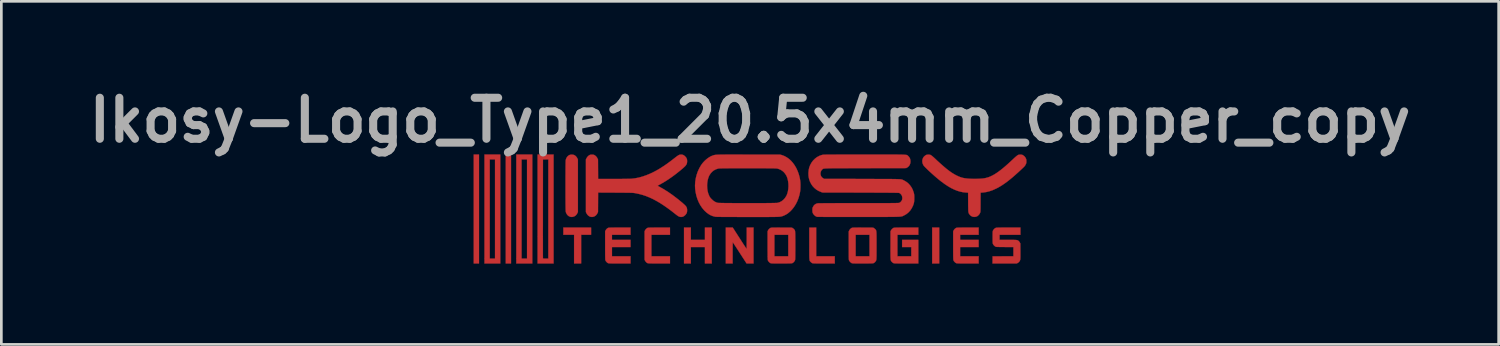
<source format=kicad_pcb>
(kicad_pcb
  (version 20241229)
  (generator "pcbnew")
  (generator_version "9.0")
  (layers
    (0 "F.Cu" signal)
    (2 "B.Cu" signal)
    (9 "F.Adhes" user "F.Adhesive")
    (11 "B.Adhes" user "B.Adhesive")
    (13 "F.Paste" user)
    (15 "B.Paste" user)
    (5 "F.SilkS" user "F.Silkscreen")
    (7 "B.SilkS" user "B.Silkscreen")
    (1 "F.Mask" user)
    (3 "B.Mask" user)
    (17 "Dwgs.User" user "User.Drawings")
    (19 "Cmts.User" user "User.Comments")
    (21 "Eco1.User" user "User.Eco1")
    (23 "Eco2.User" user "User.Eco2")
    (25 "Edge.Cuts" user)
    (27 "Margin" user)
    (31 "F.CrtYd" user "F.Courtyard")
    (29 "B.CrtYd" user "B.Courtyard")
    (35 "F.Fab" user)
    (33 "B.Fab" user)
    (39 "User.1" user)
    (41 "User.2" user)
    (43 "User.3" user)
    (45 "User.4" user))
  (footprint "Ikosy-Logo_Type1_20.5x4mm_Copper_copy"
    (layer "F.Cu")
    (at 24.827 4.718)
    (property "Reference" "Ikosy-Logo_Type1_20.5x4mm_Copper_copy" (at 0 -3.3 0) (layer "F.Fab") (effects (font (size 1.524 1.524) (thickness 0.3))))
    (attr exclude_from_pos_files exclude_from_bom)
    (fp_poly (pts (xy -10.073 2.025) (xy -10.269 2.025) (xy -10.269 -2.025) (xy -10.073 -2.025) (xy -10.073 2.025)) (stroke (width 0.01) (type solid)) (fill yes) (layer "F.Cu"))
    (fp_poly (pts (xy -8.883 2.025) (xy -9.079 2.025) (xy -9.079 -2.025) (xy -8.883 -2.025) (xy -8.883 2.025)) (stroke (width 0.01) (type solid)) (fill yes) (layer "F.Cu"))
    (fp_poly (pts (xy 7.032 2.025) (xy 6.771 2.025) (xy 6.771 0.689) (xy 7.032 0.689) (xy 7.032 2.025)) (stroke (width 0.01) (type solid)) (fill yes) (layer "F.Cu"))
    (fp_poly (pts (xy -5.907 0.958) (xy -6.277 0.958) (xy -6.277 2.025) (xy -6.539 2.025) (xy -6.539 0.958) (xy -6.938 0.958) (xy -6.938 0.689) (xy -5.907 0.689) (xy -5.907 0.958)) (stroke (width 0.01) (type solid)) (fill yes) (layer "F.Cu"))
    (fp_poly (pts (xy -9.282 2.025) (xy -9.87 2.025) (xy -9.87 -1.843) (xy -9.674 -1.843) (xy -9.674 1.843) (xy -9.478 1.843) (xy -9.478 -1.843) (xy -9.674 -1.843) (xy -9.87 -1.843) (xy -9.87 -2.025) (xy -9.282 -2.025) (xy -9.282 2.025)) (stroke (width 0.01) (type solid)) (fill yes) (layer "F.Cu"))
    (fp_poly (pts (xy -8.092 2.025) (xy -8.687 2.025) (xy -8.687 -1.843) (xy -8.491 -1.843) (xy -8.491 1.843) (xy -8.288 1.843) (xy -8.288 -1.843) (xy -8.491 -1.843) (xy -8.687 -1.843) (xy -8.687 -2.025) (xy -8.092 -2.025) (xy -8.092 2.025)) (stroke (width 0.01) (type solid)) (fill yes) (layer "F.Cu"))
    (fp_poly (pts (xy -2.199 1.147) (xy -1.676 1.147) (xy -1.676 0.689) (xy -1.422 0.689) (xy -1.422 2.025) (xy -1.676 2.025) (xy -1.676 1.415) (xy -2.199 1.415) (xy -2.199 2.025) (xy -2.453 2.025) (xy -2.453 0.689) (xy -2.199 0.689) (xy -2.199 1.147)) (stroke (width 0.01) (type solid)) (fill yes) (layer "F.Cu"))
    (fp_poly (pts (xy -7.301 2.025) (xy -7.896 2.025) (xy -7.896 0.897) (xy -7.699 0.897) (xy -7.699 1.027) (xy -7.698 1.15) (xy -7.698 1.265) (xy -7.698 1.371) (xy -7.698 1.468) (xy -7.698 1.554) (xy -7.698 1.631) (xy -7.698 1.696) (xy -7.697 1.749) (xy -7.697 1.79) (xy -7.697 1.818) (xy -7.697 1.832) (xy -7.696 1.834) (xy -7.69 1.838) (xy -7.675 1.841) (xy -7.648 1.843) (xy -7.609 1.843) (xy -7.595 1.843) (xy -7.497 1.843) (xy -7.497 -1.844) (xy -7.596 -1.842) (xy -7.696 -1.84) (xy -7.698 -0.007) (xy -7.698 0.155) (xy -7.698 0.313) (xy -7.698 0.467) (xy -7.698 0.616) (xy -7.699 0.76) (xy -7.699 0.897) (xy -7.896 0.897) (xy -7.896 -2.025) (xy -7.301 -2.025) (xy -7.301 2.025)) (stroke (width 0.01) (type solid)) (fill yes) (layer "F.Cu"))
    (fp_poly (pts (xy -2.975 0.958) (xy -3.665 0.958) (xy -3.665 1.756) (xy -2.975 1.756) (xy -2.975 2.025) (xy -3.376 2.024) (xy -3.467 2.024) (xy -3.544 2.024) (xy -3.608 2.024) (xy -3.662 2.023) (xy -3.705 2.022) (xy -3.739 2.021) (xy -3.765 2.02) (xy -3.784 2.018) (xy -3.798 2.016) (xy -3.805 2.014) (xy -3.841 1.994) (xy -3.873 1.963) (xy -3.899 1.924) (xy -3.902 1.92) (xy -3.919 1.883) (xy -3.919 0.831) (xy -3.902 0.794) (xy -3.879 0.759) (xy -3.849 0.728) (xy -3.815 0.705) (xy -3.797 0.698) (xy -3.784 0.696) (xy -3.761 0.694) (xy -3.727 0.693) (xy -3.682 0.691) (xy -3.624 0.691) (xy -3.554 0.69) (xy -3.47 0.69) (xy -3.373 0.689) (xy -2.975 0.689) (xy -2.975 0.958)) (stroke (width 0.01) (type solid)) (fill yes) (layer "F.Cu"))
    (fp_poly (pts (xy 2.46 1.756) (xy 3.15 1.756) (xy 3.15 2.025) (xy 2.745 2.025) (xy 2.658 2.025) (xy 2.584 2.024) (xy 2.522 2.024) (xy 2.471 2.024) (xy 2.429 2.023) (xy 2.397 2.022) (xy 2.371 2.021) (xy 2.352 2.02) (xy 2.337 2.018) (xy 2.326 2.016) (xy 2.318 2.014) (xy 2.311 2.011) (xy 2.289 1.998) (xy 2.266 1.978) (xy 2.254 1.967) (xy 2.245 1.957) (xy 2.237 1.949) (xy 2.23 1.94) (xy 2.224 1.931) (xy 2.219 1.921) (xy 2.215 1.907) (xy 2.212 1.89) (xy 2.209 1.869) (xy 2.207 1.841) (xy 2.205 1.807) (xy 2.204 1.766) (xy 2.203 1.716) (xy 2.203 1.657) (xy 2.203 1.587) (xy 2.202 1.506) (xy 2.203 1.412) (xy 2.203 1.305) (xy 2.203 1.288) (xy 2.203 0.693) (xy 2.46 0.689) (xy 2.46 1.756)) (stroke (width 0.01) (type solid)) (fill yes) (layer "F.Cu"))
    (fp_poly (pts (xy 0.131 2.025) (xy -0.127 2.025) (xy -0.381 1.632) (xy -0.425 1.564) (xy -0.466 1.5) (xy -0.505 1.44) (xy -0.541 1.386) (xy -0.572 1.339) (xy -0.598 1.299) (xy -0.618 1.268) (xy -0.632 1.247) (xy -0.639 1.237) (xy -0.64 1.237) (xy -0.641 1.243) (xy -0.642 1.262) (xy -0.643 1.294) (xy -0.644 1.336) (xy -0.645 1.387) (xy -0.645 1.447) (xy -0.646 1.513) (xy -0.646 1.584) (xy -0.646 1.629) (xy -0.646 2.025) (xy -0.9 2.025) (xy -0.9 0.689) (xy -0.771 0.69) (xy -0.642 0.69) (xy -0.388 1.085) (xy -0.344 1.153) (xy -0.303 1.218) (xy -0.264 1.278) (xy -0.229 1.332) (xy -0.198 1.379) (xy -0.171 1.418) (xy -0.151 1.449) (xy -0.137 1.47) (xy -0.13 1.479) (xy -0.129 1.48) (xy -0.128 1.473) (xy -0.127 1.453) (xy -0.126 1.421) (xy -0.125 1.378) (xy -0.125 1.326) (xy -0.124 1.267) (xy -0.124 1.2) (xy -0.123 1.128) (xy -0.123 1.085) (xy -0.123 0.689) (xy 0.131 0.689) (xy 0.131 2.025)) (stroke (width 0.01) (type solid)) (fill yes) (layer "F.Cu"))
    (fp_poly (pts (xy -4.441 0.958) (xy -5.131 0.958) (xy -5.131 1.147) (xy -4.441 1.147) (xy -4.441 1.415) (xy -5.131 1.415) (xy -5.131 1.756) (xy -4.441 1.756) (xy -4.441 2.025) (xy -4.846 2.025) (xy -4.933 2.025) (xy -5.007 2.024) (xy -5.069 2.024) (xy -5.12 2.024) (xy -5.162 2.023) (xy -5.194 2.022) (xy -5.22 2.021) (xy -5.239 2.02) (xy -5.254 2.018) (xy -5.265 2.016) (xy -5.273 2.014) (xy -5.28 2.011) (xy -5.308 1.993) (xy -5.336 1.966) (xy -5.36 1.936) (xy -5.375 1.906) (xy -5.376 1.903) (xy -5.378 1.892) (xy -5.38 1.873) (xy -5.381 1.844) (xy -5.382 1.804) (xy -5.383 1.754) (xy -5.384 1.693) (xy -5.384 1.619) (xy -5.385 1.533) (xy -5.385 1.433) (xy -5.385 1.353) (xy -5.385 0.831) (xy -5.368 0.794) (xy -5.345 0.759) (xy -5.315 0.728) (xy -5.281 0.705) (xy -5.262 0.698) (xy -5.25 0.696) (xy -5.227 0.694) (xy -5.193 0.693) (xy -5.148 0.691) (xy -5.09 0.691) (xy -5.02 0.69) (xy -4.936 0.69) (xy -4.839 0.689) (xy -4.441 0.689) (xy -4.441 0.958)) (stroke (width 0.01) (type solid)) (fill yes) (layer "F.Cu"))
    (fp_poly (pts (xy 8.498 0.958) (xy 7.809 0.958) (xy 7.809 1.147) (xy 8.498 1.147) (xy 8.498 1.415) (xy 7.809 1.415) (xy 7.809 1.756) (xy 8.498 1.756) (xy 8.498 2.025) (xy 8.094 2.025) (xy 8.006 2.025) (xy 7.932 2.024) (xy 7.87 2.024) (xy 7.819 2.024) (xy 7.778 2.023) (xy 7.745 2.022) (xy 7.72 2.021) (xy 7.7 2.02) (xy 7.686 2.018) (xy 7.675 2.016) (xy 7.667 2.014) (xy 7.66 2.011) (xy 7.631 1.993) (xy 7.602 1.966) (xy 7.577 1.935) (xy 7.561 1.905) (xy 7.561 1.904) (xy 7.559 1.896) (xy 7.557 1.884) (xy 7.556 1.866) (xy 7.555 1.842) (xy 7.554 1.811) (xy 7.553 1.771) (xy 7.552 1.722) (xy 7.552 1.663) (xy 7.551 1.593) (xy 7.551 1.511) (xy 7.551 1.415) (xy 7.551 1.353) (xy 7.551 0.831) (xy 7.568 0.797) (xy 7.588 0.765) (xy 7.616 0.735) (xy 7.646 0.712) (xy 7.675 0.698) (xy 7.675 0.697) (xy 7.69 0.695) (xy 7.719 0.694) (xy 7.762 0.692) (xy 7.819 0.691) (xy 7.889 0.69) (xy 7.973 0.69) (xy 8.07 0.689) (xy 8.101 0.689) (xy 8.498 0.689) (xy 8.498 0.958)) (stroke (width 0.01) (type solid)) (fill yes) (layer "F.Cu"))
    (fp_poly (pts (xy -6.58 -2.018) (xy -6.538 -2.007) (xy -6.528 -2.002) (xy -6.479 -1.968) (xy -6.44 -1.923) (xy -6.418 -1.883) (xy -6.397 -1.84) (xy -6.397 0.112) (xy -6.416 0.153) (xy -6.448 0.206) (xy -6.487 0.247) (xy -6.534 0.276) (xy -6.587 0.292) (xy -6.61 0.295) (xy -6.65 0.295) (xy -6.683 0.289) (xy -6.696 0.285) (xy -6.745 0.26) (xy -6.787 0.223) (xy -6.82 0.176) (xy -6.843 0.122) (xy -6.85 0.091) (xy -6.851 0.077) (xy -6.852 0.05) (xy -6.853 0.01) (xy -6.854 -0.04) (xy -6.855 -0.101) (xy -6.856 -0.172) (xy -6.857 -0.25) (xy -6.857 -0.335) (xy -6.858 -0.425) (xy -6.858 -0.521) (xy -6.858 -0.62) (xy -6.858 -0.722) (xy -6.858 -0.825) (xy -6.858 -0.929) (xy -6.858 -1.032) (xy -6.858 -1.133) (xy -6.858 -1.232) (xy -6.857 -1.326) (xy -6.857 -1.415) (xy -6.856 -1.499) (xy -6.856 -1.575) (xy -6.855 -1.643) (xy -6.854 -1.701) (xy -6.853 -1.749) (xy -6.852 -1.785) (xy -6.851 -1.809) (xy -6.85 -1.818) (xy -6.833 -1.875) (xy -6.806 -1.925) (xy -6.77 -1.967) (xy -6.727 -1.999) (xy -6.714 -2.005) (xy -6.673 -2.018) (xy -6.627 -2.022) (xy -6.58 -2.018)) (stroke (width 0.01) (type solid)) (fill yes) (layer "F.Cu"))
    (fp_poly (pts (xy 6.256 0.958) (xy 5.479 0.958) (xy 5.479 1.756) (xy 5.994 1.756) (xy 5.994 1.415) (xy 5.653 1.415) (xy 5.653 1.147) (xy 6.256 1.147) (xy 6.256 2.025) (xy 5.808 2.025) (xy 5.715 2.025) (xy 5.636 2.024) (xy 5.57 2.024) (xy 5.514 2.024) (xy 5.469 2.023) (xy 5.432 2.023) (xy 5.403 2.022) (xy 5.381 2.021) (xy 5.364 2.019) (xy 5.351 2.018) (xy 5.342 2.015) (xy 5.334 2.013) (xy 5.33 2.011) (xy 5.308 1.998) (xy 5.285 1.978) (xy 5.273 1.967) (xy 5.264 1.957) (xy 5.255 1.947) (xy 5.248 1.938) (xy 5.242 1.929) (xy 5.237 1.917) (xy 5.233 1.903) (xy 5.229 1.884) (xy 5.227 1.86) (xy 5.225 1.831) (xy 5.223 1.794) (xy 5.222 1.749) (xy 5.222 1.695) (xy 5.222 1.631) (xy 5.221 1.556) (xy 5.221 1.468) (xy 5.222 1.366) (xy 5.222 0.831) (xy 5.239 0.796) (xy 5.26 0.763) (xy 5.29 0.733) (xy 5.322 0.709) (xy 5.347 0.698) (xy 5.359 0.696) (xy 5.38 0.694) (xy 5.411 0.693) (xy 5.452 0.692) (xy 5.505 0.691) (xy 5.571 0.69) (xy 5.649 0.69) (xy 5.74 0.689) (xy 5.816 0.689) (xy 6.256 0.689) (xy 6.256 0.958)) (stroke (width 0.01) (type solid)) (fill yes) (layer "F.Cu"))
    (fp_poly (pts (xy 10.051 0.958) (xy 9.275 0.958) (xy 9.275 1.147) (xy 9.588 1.147) (xy 9.668 1.147) (xy 9.734 1.147) (xy 9.789 1.148) (xy 9.833 1.149) (xy 9.869 1.15) (xy 9.897 1.153) (xy 9.919 1.156) (xy 9.936 1.16) (xy 9.95 1.165) (xy 9.961 1.171) (xy 9.973 1.179) (xy 9.981 1.185) (xy 9.997 1.202) (xy 10.016 1.225) (xy 10.026 1.242) (xy 10.048 1.281) (xy 10.05 1.564) (xy 10.05 1.654) (xy 10.05 1.729) (xy 10.05 1.789) (xy 10.048 1.836) (xy 10.046 1.867) (xy 10.044 1.883) (xy 10.028 1.927) (xy 10.001 1.966) (xy 9.966 1.996) (xy 9.947 2.007) (xy 9.91 2.025) (xy 9.013 2.025) (xy 9.015 1.892) (xy 9.017 1.76) (xy 9.403 1.758) (xy 9.79 1.756) (xy 9.79 1.416) (xy 9.469 1.414) (xy 9.392 1.413) (xy 9.328 1.413) (xy 9.277 1.412) (xy 9.235 1.411) (xy 9.203 1.41) (xy 9.178 1.409) (xy 9.159 1.408) (xy 9.146 1.406) (xy 9.136 1.403) (xy 9.128 1.4) (xy 9.12 1.397) (xy 9.119 1.396) (xy 9.08 1.368) (xy 9.048 1.33) (xy 9.034 1.306) (xy 9.029 1.297) (xy 9.025 1.287) (xy 9.023 1.276) (xy 9.02 1.262) (xy 9.019 1.243) (xy 9.018 1.217) (xy 9.017 1.183) (xy 9.017 1.138) (xy 9.017 1.081) (xy 9.017 1.052) (xy 9.017 0.99) (xy 9.017 0.94) (xy 9.018 0.901) (xy 9.018 0.871) (xy 9.02 0.849) (xy 9.022 0.833) (xy 9.024 0.821) (xy 9.028 0.81) (xy 9.032 0.8) (xy 9.034 0.797) (xy 9.055 0.764) (xy 9.084 0.733) (xy 9.117 0.71) (xy 9.143 0.698) (xy 9.154 0.696) (xy 9.175 0.694) (xy 9.206 0.693) (xy 9.248 0.692) (xy 9.301 0.691) (xy 9.366 0.69) (xy 9.444 0.69) (xy 9.535 0.689) (xy 9.611 0.689) (xy 10.051 0.689) (xy 10.051 0.958)) (stroke (width 0.01) (type solid)) (fill yes) (layer "F.Cu"))
    (fp_poly (pts (xy 1.091 0.69) (xy 1.183 0.691) (xy 1.557 0.693) (xy 1.59 0.713) (xy 1.614 0.73) (xy 1.636 0.75) (xy 1.643 0.758) (xy 1.65 0.768) (xy 1.657 0.777) (xy 1.663 0.787) (xy 1.668 0.798) (xy 1.672 0.812) (xy 1.675 0.829) (xy 1.677 0.851) (xy 1.679 0.878) (xy 1.681 0.912) (xy 1.682 0.954) (xy 1.683 1.005) (xy 1.683 1.066) (xy 1.684 1.137) (xy 1.684 1.221) (xy 1.684 1.318) (xy 1.684 1.357) (xy 1.684 1.457) (xy 1.684 1.543) (xy 1.683 1.617) (xy 1.683 1.679) (xy 1.683 1.732) (xy 1.682 1.775) (xy 1.681 1.81) (xy 1.68 1.837) (xy 1.679 1.859) (xy 1.678 1.876) (xy 1.676 1.888) (xy 1.674 1.898) (xy 1.672 1.905) (xy 1.655 1.938) (xy 1.63 1.97) (xy 1.6 1.997) (xy 1.569 2.014) (xy 1.563 2.016) (xy 1.551 2.018) (xy 1.531 2.02) (xy 1.502 2.021) (xy 1.462 2.023) (xy 1.412 2.023) (xy 1.349 2.024) (xy 1.274 2.024) (xy 1.186 2.025) (xy 1.16 2.025) (xy 1.077 2.025) (xy 1.006 2.024) (xy 0.948 2.024) (xy 0.9 2.024) (xy 0.862 2.023) (xy 0.832 2.022) (xy 0.809 2.021) (xy 0.792 2.019) (xy 0.779 2.018) (xy 0.769 2.015) (xy 0.761 2.013) (xy 0.758 2.011) (xy 0.73 1.993) (xy 0.702 1.966) (xy 0.678 1.936) (xy 0.663 1.906) (xy 0.662 1.903) (xy 0.66 1.892) (xy 0.658 1.873) (xy 0.657 1.844) (xy 0.656 1.804) (xy 0.655 1.754) (xy 0.654 1.693) (xy 0.654 1.619) (xy 0.653 1.533) (xy 0.653 1.433) (xy 0.653 1.353) (xy 0.653 0.958) (xy 0.907 0.958) (xy 0.907 1.756) (xy 1.422 1.756) (xy 1.422 0.958) (xy 0.907 0.958) (xy 0.653 0.958) (xy 0.653 0.831) (xy 0.67 0.794) (xy 0.693 0.758) (xy 0.725 0.727) (xy 0.76 0.704) (xy 0.779 0.697) (xy 0.791 0.695) (xy 0.813 0.693) (xy 0.846 0.692) (xy 0.889 0.691) (xy 0.944 0.691) (xy 1.011 0.69) (xy 1.091 0.69)) (stroke (width 0.01) (type solid)) (fill yes) (layer "F.Cu"))
    (fp_poly (pts (xy 4.099 0.69) (xy 4.19 0.691) (xy 4.202 0.691) (xy 4.576 0.693) (xy 4.609 0.713) (xy 4.633 0.73) (xy 4.655 0.75) (xy 4.662 0.758) (xy 4.669 0.768) (xy 4.676 0.777) (xy 4.682 0.787) (xy 4.687 0.798) (xy 4.691 0.812) (xy 4.694 0.829) (xy 4.696 0.851) (xy 4.698 0.878) (xy 4.7 0.912) (xy 4.701 0.954) (xy 4.702 1.005) (xy 4.702 1.066) (xy 4.703 1.137) (xy 4.703 1.221) (xy 4.703 1.318) (xy 4.703 1.357) (xy 4.703 1.457) (xy 4.703 1.543) (xy 4.702 1.617) (xy 4.702 1.679) (xy 4.702 1.732) (xy 4.701 1.775) (xy 4.7 1.81) (xy 4.699 1.837) (xy 4.698 1.859) (xy 4.696 1.876) (xy 4.695 1.888) (xy 4.693 1.898) (xy 4.691 1.905) (xy 4.674 1.938) (xy 4.649 1.97) (xy 4.619 1.997) (xy 4.588 2.014) (xy 4.582 2.016) (xy 4.57 2.018) (xy 4.55 2.02) (xy 4.52 2.021) (xy 4.481 2.023) (xy 4.43 2.023) (xy 4.368 2.024) (xy 4.293 2.024) (xy 4.205 2.025) (xy 4.179 2.025) (xy 4.096 2.025) (xy 4.025 2.024) (xy 3.967 2.024) (xy 3.919 2.024) (xy 3.881 2.023) (xy 3.851 2.022) (xy 3.828 2.021) (xy 3.811 2.019) (xy 3.798 2.018) (xy 3.788 2.015) (xy 3.78 2.012) (xy 3.777 2.011) (xy 3.748 1.992) (xy 3.719 1.965) (xy 3.693 1.932) (xy 3.681 1.911) (xy 3.679 1.905) (xy 3.677 1.897) (xy 3.675 1.887) (xy 3.673 1.873) (xy 3.672 1.855) (xy 3.671 1.831) (xy 3.67 1.801) (xy 3.67 1.763) (xy 3.669 1.716) (xy 3.669 1.659) (xy 3.669 1.591) (xy 3.669 1.512) (xy 3.668 1.42) (xy 3.668 1.361) (xy 3.668 0.958) (xy 3.926 0.958) (xy 3.926 1.756) (xy 4.441 1.756) (xy 4.441 0.958) (xy 3.926 0.958) (xy 3.668 0.958) (xy 3.668 0.838) (xy 3.686 0.8) (xy 3.708 0.763) (xy 3.739 0.731) (xy 3.773 0.707) (xy 3.797 0.697) (xy 3.81 0.695) (xy 3.831 0.694) (xy 3.862 0.692) (xy 3.904 0.691) (xy 3.956 0.691) (xy 4.021 0.69) (xy 4.099 0.69)) (stroke (width 0.01) (type solid)) (fill yes) (layer "F.Cu"))
    (fp_poly (pts (xy -2.532 -2.022) (xy -2.487 -2.01) (xy -2.445 -1.985) (xy -2.413 -1.957) (xy -2.378 -1.918) (xy -2.355 -1.88) (xy -2.342 -1.838) (xy -2.338 -1.79) (xy -2.338 -1.76) (xy -2.341 -1.729) (xy -2.346 -1.701) (xy -2.354 -1.675) (xy -2.367 -1.65) (xy -2.385 -1.623) (xy -2.409 -1.594) (xy -2.442 -1.562) (xy -2.483 -1.525) (xy -2.533 -1.482) (xy -2.589 -1.435) (xy -2.737 -1.316) (xy -2.881 -1.208) (xy -3.022 -1.11) (xy -3.162 -1.02) (xy -3.304 -0.937) (xy -3.373 -0.899) (xy -3.399 -0.885) (xy -3.419 -0.873) (xy -3.431 -0.865) (xy -3.432 -0.864) (xy -3.426 -0.859) (xy -3.41 -0.849) (xy -3.386 -0.836) (xy -3.366 -0.824) (xy -3.203 -0.733) (xy -3.04 -0.63) (xy -2.875 -0.515) (xy -2.708 -0.388) (xy -2.576 -0.281) (xy -2.518 -0.233) (xy -2.471 -0.191) (xy -2.432 -0.156) (xy -2.402 -0.126) (xy -2.38 -0.099) (xy -2.363 -0.074) (xy -2.352 -0.05) (xy -2.345 -0.024) (xy -2.34 0.003) (xy -2.338 0.033) (xy -2.339 0.087) (xy -2.347 0.131) (xy -2.365 0.171) (xy -2.393 0.209) (xy -2.413 0.23) (xy -2.455 0.265) (xy -2.499 0.287) (xy -2.545 0.296) (xy -2.58 0.295) (xy -2.607 0.291) (xy -2.632 0.283) (xy -2.66 0.27) (xy -2.691 0.25) (xy -2.729 0.223) (xy -2.769 0.192) (xy -2.924 0.07) (xy -3.072 -0.039) (xy -3.214 -0.138) (xy -3.35 -0.226) (xy -3.483 -0.303) (xy -3.612 -0.371) (xy -3.739 -0.43) (xy -3.865 -0.481) (xy -3.991 -0.523) (xy -4.117 -0.557) (xy -4.244 -0.584) (xy -4.289 -0.592) (xy -4.304 -0.595) (xy -4.32 -0.596) (xy -4.338 -0.598) (xy -4.361 -0.6) (xy -4.387 -0.601) (xy -4.419 -0.602) (xy -4.457 -0.603) (xy -4.503 -0.604) (xy -4.558 -0.605) (xy -4.621 -0.605) (xy -4.695 -0.606) (xy -4.781 -0.607) (xy -4.879 -0.607) (xy -4.99 -0.608) (xy -5.005 -0.608) (xy -5.646 -0.611) (xy -5.648 -0.249) (xy -5.65 0.112) (xy -5.669 0.153) (xy -5.7 0.205) (xy -5.739 0.246) (xy -5.784 0.275) (xy -5.834 0.292) (xy -5.86 0.295) (xy -5.888 0.295) (xy -5.914 0.293) (xy -5.927 0.291) (xy -5.974 0.272) (xy -6.017 0.24) (xy -6.054 0.198) (xy -6.081 0.153) (xy -6.1 0.112) (xy -6.1 -1.84) (xy -6.081 -1.88) (xy -6.05 -1.931) (xy -6.011 -1.973) (xy -5.969 -2.002) (xy -5.947 -2.012) (xy -5.926 -2.018) (xy -5.9 -2.02) (xy -5.875 -2.021) (xy -5.842 -2.02) (xy -5.818 -2.017) (xy -5.797 -2.01) (xy -5.78 -2.002) (xy -5.735 -1.97) (xy -5.697 -1.928) (xy -5.669 -1.88) (xy -5.65 -1.84) (xy -5.648 -1.479) (xy -5.646 -1.118) (xy -5.074 -1.118) (xy -4.977 -1.118) (xy -4.883 -1.118) (xy -4.794 -1.118) (xy -4.711 -1.119) (xy -4.635 -1.12) (xy -4.568 -1.121) (xy -4.51 -1.122) (xy -4.463 -1.123) (xy -4.428 -1.124) (xy -4.408 -1.125) (xy -4.272 -1.141) (xy -4.137 -1.167) (xy -3.999 -1.205) (xy -3.873 -1.248) (xy -3.76 -1.293) (xy -3.649 -1.342) (xy -3.538 -1.398) (xy -3.425 -1.46) (xy -3.31 -1.53) (xy -3.191 -1.607) (xy -3.066 -1.694) (xy -2.935 -1.791) (xy -2.811 -1.887) (xy -2.762 -1.925) (xy -2.721 -1.956) (xy -2.689 -1.979) (xy -2.662 -1.996) (xy -2.639 -2.008) (xy -2.619 -2.015) (xy -2.599 -2.02) (xy -2.582 -2.022) (xy -2.532 -2.022)) (stroke (width 0.01) (type solid)) (fill yes) (layer "F.Cu"))
    (fp_poly (pts (xy 10.079 -2.02) (xy 10.102 -2.017) (xy 10.122 -2.011) (xy 10.144 -2) (xy 10.193 -1.965) (xy 10.232 -1.919) (xy 10.253 -1.88) (xy 10.263 -1.857) (xy 10.269 -1.835) (xy 10.272 -1.809) (xy 10.272 -1.774) (xy 10.272 -1.741) (xy 10.27 -1.717) (xy 10.265 -1.697) (xy 10.255 -1.674) (xy 10.245 -1.653) (xy 10.235 -1.633) (xy 10.225 -1.616) (xy 10.212 -1.599) (xy 10.196 -1.58) (xy 10.174 -1.557) (xy 10.145 -1.529) (xy 10.107 -1.493) (xy 10.1 -1.486) (xy 9.978 -1.373) (xy 9.864 -1.271) (xy 9.758 -1.178) (xy 9.657 -1.095) (xy 9.562 -1.02) (xy 9.471 -0.954) (xy 9.384 -0.894) (xy 9.299 -0.841) (xy 9.215 -0.793) (xy 9.148 -0.759) (xy 9.022 -0.702) (xy 8.899 -0.659) (xy 8.78 -0.63) (xy 8.664 -0.613) (xy 8.642 -0.612) (xy 8.571 -0.607) (xy 8.569 -0.251) (xy 8.569 -0.17) (xy 8.568 -0.102) (xy 8.568 -0.046) (xy 8.567 -0.000405) (xy 8.566 0.036) (xy 8.565 0.065) (xy 8.564 0.087) (xy 8.562 0.104) (xy 8.56 0.117) (xy 8.557 0.127) (xy 8.554 0.137) (xy 8.55 0.147) (xy 8.529 0.187) (xy 8.498 0.225) (xy 8.462 0.257) (xy 8.43 0.276) (xy 8.381 0.291) (xy 8.329 0.295) (xy 8.279 0.288) (xy 8.267 0.284) (xy 8.218 0.26) (xy 8.176 0.224) (xy 8.152 0.193) (xy 8.143 0.18) (xy 8.135 0.167) (xy 8.129 0.155) (xy 8.124 0.14) (xy 8.12 0.123) (xy 8.116 0.101) (xy 8.114 0.074) (xy 8.112 0.04) (xy 8.111 -0.003) (xy 8.11 -0.055) (xy 8.109 -0.118) (xy 8.108 -0.193) (xy 8.108 -0.251) (xy 8.106 -0.607) (xy 8.026 -0.612) (xy 7.919 -0.623) (xy 7.81 -0.646) (xy 7.7 -0.679) (xy 7.588 -0.724) (xy 7.473 -0.78) (xy 7.355 -0.849) (xy 7.233 -0.93) (xy 7.105 -1.024) (xy 7.048 -1.069) (xy 6.994 -1.113) (xy 6.937 -1.161) (xy 6.878 -1.211) (xy 6.818 -1.264) (xy 6.759 -1.317) (xy 6.701 -1.369) (xy 6.646 -1.42) (xy 6.595 -1.468) (xy 6.55 -1.513) (xy 6.511 -1.552) (xy 6.479 -1.585) (xy 6.457 -1.611) (xy 6.446 -1.626) (xy 6.419 -1.683) (xy 6.405 -1.742) (xy 6.403 -1.8) (xy 6.414 -1.855) (xy 6.436 -1.906) (xy 6.47 -1.952) (xy 6.515 -1.989) (xy 6.533 -2) (xy 6.555 -2.011) (xy 6.575 -2.017) (xy 6.598 -2.02) (xy 6.629 -2.021) (xy 6.661 -2.02) (xy 6.684 -2.017) (xy 6.704 -2.011) (xy 6.726 -2) (xy 6.727 -1.999) (xy 6.745 -1.987) (xy 6.771 -1.967) (xy 6.802 -1.941) (xy 6.836 -1.911) (xy 6.861 -1.888) (xy 6.967 -1.788) (xy 7.065 -1.699) (xy 7.155 -1.619) (xy 7.238 -1.548) (xy 7.315 -1.484) (xy 7.387 -1.428) (xy 7.455 -1.379) (xy 7.52 -1.335) (xy 7.583 -1.297) (xy 7.644 -1.262) (xy 7.681 -1.244) (xy 7.744 -1.214) (xy 7.803 -1.19) (xy 7.86 -1.171) (xy 7.92 -1.155) (xy 7.984 -1.143) (xy 8.056 -1.134) (xy 8.138 -1.127) (xy 8.192 -1.124) (xy 8.268 -1.121) (xy 8.349 -1.12) (xy 8.43 -1.121) (xy 8.51 -1.124) (xy 8.585 -1.128) (xy 8.653 -1.134) (xy 8.711 -1.142) (xy 8.739 -1.147) (xy 8.804 -1.163) (xy 8.87 -1.183) (xy 8.937 -1.21) (xy 9.005 -1.243) (xy 9.077 -1.282) (xy 9.151 -1.329) (xy 9.23 -1.383) (xy 9.313 -1.445) (xy 9.402 -1.516) (xy 9.497 -1.597) (xy 9.599 -1.687) (xy 9.708 -1.787) (xy 9.826 -1.898) (xy 9.859 -1.927) (xy 9.891 -1.955) (xy 9.92 -1.978) (xy 9.942 -1.995) (xy 9.95 -1.999) (xy 9.973 -2.011) (xy 9.993 -2.017) (xy 10.015 -2.02) (xy 10.047 -2.021) (xy 10.048 -2.021) (xy 10.079 -2.02)) (stroke (width 0.01) (type solid)) (fill yes) (layer "F.Cu"))
    (fp_poly (pts (xy -0.542 -2.024) (xy -0.42 -2.024) (xy -0.284 -2.023) (xy -0.136 -2.023) (xy -0.047 -2.023) (xy 1.121 -2.021) (xy 1.179 -2.005) (xy 1.272 -1.971) (xy 1.36 -1.924) (xy 1.444 -1.865) (xy 1.523 -1.794) (xy 1.595 -1.712) (xy 1.661 -1.62) (xy 1.72 -1.519) (xy 1.77 -1.409) (xy 1.812 -1.293) (xy 1.832 -1.221) (xy 1.848 -1.155) (xy 1.859 -1.097) (xy 1.867 -1.042) (xy 1.872 -0.985) (xy 1.875 -0.921) (xy 1.875 -0.864) (xy 1.874 -0.792) (xy 1.871 -0.731) (xy 1.866 -0.675) (xy 1.857 -0.62) (xy 1.845 -0.56) (xy 1.832 -0.505) (xy 1.797 -0.39) (xy 1.753 -0.281) (xy 1.7 -0.177) (xy 1.64 -0.082) (xy 1.573 0.005) (xy 1.5 0.083) (xy 1.422 0.15) (xy 1.34 0.205) (xy 1.254 0.247) (xy 1.235 0.254) (xy 1.22 0.26) (xy 1.206 0.265) (xy 1.193 0.269) (xy 1.179 0.273) (xy 1.165 0.277) (xy 1.149 0.28) (xy 1.13 0.283) (xy 1.109 0.286) (xy 1.084 0.288) (xy 1.054 0.29) (xy 1.02 0.292) (xy 0.979 0.293) (xy 0.933 0.294) (xy 0.878 0.295) (xy 0.816 0.296) (xy 0.745 0.296) (xy 0.665 0.297) (xy 0.575 0.297) (xy 0.474 0.297) (xy 0.361 0.297) (xy 0.237 0.297) (xy 0.099 0.297) (xy -0.052 0.297) (xy -0.097 0.297) (xy -0.255 0.297) (xy -0.4 0.297) (xy -0.531 0.296) (xy -0.649 0.296) (xy -0.755 0.296) (xy -0.85 0.295) (xy -0.933 0.295) (xy -1.007 0.295) (xy -1.07 0.294) (xy -1.125 0.293) (xy -1.17 0.293) (xy -1.208 0.292) (xy -1.239 0.291) (xy -1.263 0.29) (xy -1.28 0.289) (xy -1.292 0.287) (xy -1.295 0.287) (xy -1.378 0.266) (xy -1.456 0.236) (xy -1.53 0.195) (xy -1.604 0.141) (xy -1.677 0.075) (xy -1.705 0.047) (xy -1.78 -0.042) (xy -1.847 -0.142) (xy -1.906 -0.252) (xy -1.955 -0.37) (xy -1.994 -0.495) (xy -2.022 -0.625) (xy -2.04 -0.755) (xy -2.044 -0.865) (xy -1.595 -0.865) (xy -1.59 -0.767) (xy -1.577 -0.671) (xy -1.554 -0.581) (xy -1.521 -0.499) (xy -1.519 -0.493) (xy -1.502 -0.46) (xy -1.485 -0.433) (xy -1.465 -0.407) (xy -1.439 -0.379) (xy -1.419 -0.359) (xy -1.364 -0.309) (xy -1.31 -0.272) (xy -1.253 -0.245) (xy -1.197 -0.229) (xy -1.183 -0.227) (xy -1.155 -0.226) (xy -1.114 -0.225) (xy -1.062 -0.223) (xy -0.999 -0.222) (xy -0.927 -0.221) (xy -0.847 -0.22) (xy -0.759 -0.22) (xy -0.664 -0.219) (xy -0.565 -0.218) (xy -0.46 -0.218) (xy -0.352 -0.218) (xy -0.242 -0.217) (xy -0.131 -0.217) (xy -0.019 -0.217) (xy 0.093 -0.217) (xy 0.202 -0.217) (xy 0.31 -0.218) (xy 0.413 -0.218) (xy 0.512 -0.219) (xy 0.605 -0.219) (xy 0.692 -0.22) (xy 0.771 -0.221) (xy 0.841 -0.222) (xy 0.902 -0.223) (xy 0.952 -0.225) (xy 0.99 -0.226) (xy 1.016 -0.227) (xy 1.026 -0.229) (xy 1.1 -0.251) (xy 1.169 -0.287) (xy 1.233 -0.335) (xy 1.289 -0.394) (xy 1.336 -0.463) (xy 1.354 -0.494) (xy 1.386 -0.571) (xy 1.409 -0.657) (xy 1.423 -0.75) (xy 1.429 -0.845) (xy 1.426 -0.942) (xy 1.415 -1.036) (xy 1.395 -1.126) (xy 1.366 -1.208) (xy 1.352 -1.237) (xy 1.308 -1.309) (xy 1.255 -1.372) (xy 1.192 -1.425) (xy 1.121 -1.466) (xy 1.045 -1.495) (xy 1.025 -1.5) (xy 1.017 -1.502) (xy 1.008 -1.503) (xy 0.997 -1.505) (xy 0.983 -1.506) (xy 0.967 -1.507) (xy 0.947 -1.508) (xy 0.922 -1.509) (xy 0.892 -1.51) (xy 0.856 -1.511) (xy 0.814 -1.511) (xy 0.763 -1.512) (xy 0.705 -1.512) (xy 0.637 -1.512) (xy 0.56 -1.513) (xy 0.473 -1.513) (xy 0.374 -1.513) (xy 0.263 -1.513) (xy 0.14 -1.513) (xy 0.004 -1.513) (xy -0.083 -1.513) (xy -0.228 -1.513) (xy -0.359 -1.513) (xy -0.477 -1.513) (xy -0.583 -1.513) (xy -0.677 -1.513) (xy -0.76 -1.513) (xy -0.833 -1.512) (xy -0.897 -1.512) (xy -0.952 -1.512) (xy -0.999 -1.511) (xy -1.039 -1.51) (xy -1.072 -1.51) (xy -1.1 -1.509) (xy -1.123 -1.508) (xy -1.141 -1.507) (xy -1.156 -1.506) (xy -1.168 -1.504) (xy -1.178 -1.503) (xy -1.187 -1.501) (xy -1.192 -1.5) (xy -1.27 -1.474) (xy -1.342 -1.436) (xy -1.406 -1.386) (xy -1.462 -1.325) (xy -1.508 -1.254) (xy -1.521 -1.23) (xy -1.553 -1.149) (xy -1.576 -1.059) (xy -1.59 -0.964) (xy -1.595 -0.865) (xy -2.044 -0.865) (xy -2.044 -0.882) (xy -2.036 -1.011) (xy -2.016 -1.141) (xy -1.984 -1.269) (xy -1.941 -1.393) (xy -1.887 -1.511) (xy -1.823 -1.621) (xy -1.784 -1.678) (xy -1.729 -1.745) (xy -1.667 -1.808) (xy -1.6 -1.865) (xy -1.531 -1.915) (xy -1.462 -1.955) (xy -1.403 -1.981) (xy -1.388 -1.986) (xy -1.374 -1.991) (xy -1.36 -1.996) (xy -1.347 -2) (xy -1.332 -2.004) (xy -1.316 -2.007) (xy -1.298 -2.01) (xy -1.277 -2.013) (xy -1.253 -2.015) (xy -1.224 -2.017) (xy -1.19 -2.019) (xy -1.15 -2.02) (xy -1.104 -2.021) (xy -1.051 -2.022) (xy -0.989 -2.023) (xy -0.92 -2.023) (xy -0.841 -2.024) (xy -0.752 -2.024) (xy -0.653 -2.024) (xy -0.542 -2.024)) (stroke (width 0.01) (type solid)) (fill yes) (layer "F.Cu"))
    (fp_poly (pts (xy 5.016 -2.025) (xy 5.129 -2.025) (xy 5.231 -2.025) (xy 5.323 -2.024) (xy 5.405 -2.024) (xy 5.477 -2.023) (xy 5.542 -2.023) (xy 5.598 -2.022) (xy 5.646 -2.021) (xy 5.688 -2.019) (xy 5.723 -2.018) (xy 5.753 -2.016) (xy 5.778 -2.014) (xy 5.798 -2.012) (xy 5.814 -2.009) (xy 5.827 -2.006) (xy 5.837 -2.003) (xy 5.845 -1.999) (xy 5.851 -1.995) (xy 5.857 -1.991) (xy 5.862 -1.986) (xy 5.867 -1.98) (xy 5.873 -1.974) (xy 5.876 -1.972) (xy 5.917 -1.927) (xy 5.946 -1.876) (xy 5.961 -1.819) (xy 5.964 -1.754) (xy 5.964 -1.75) (xy 5.954 -1.688) (xy 5.932 -1.634) (xy 5.899 -1.588) (xy 5.856 -1.551) (xy 5.841 -1.542) (xy 5.802 -1.52) (xy 4.282 -1.517) (xy 4.105 -1.516) (xy 3.942 -1.516) (xy 3.793 -1.516) (xy 3.656 -1.515) (xy 3.532 -1.515) (xy 3.419 -1.515) (xy 3.317 -1.514) (xy 3.226 -1.514) (xy 3.144 -1.513) (xy 3.071 -1.513) (xy 3.008 -1.512) (xy 2.952 -1.511) (xy 2.904 -1.51) (xy 2.862 -1.509) (xy 2.827 -1.507) (xy 2.798 -1.506) (xy 2.774 -1.504) (xy 2.754 -1.502) (xy 2.738 -1.499) (xy 2.726 -1.497) (xy 2.717 -1.494) (xy 2.709 -1.49) (xy 2.703 -1.487) (xy 2.699 -1.483) (xy 2.694 -1.478) (xy 2.69 -1.473) (xy 2.685 -1.468) (xy 2.682 -1.465) (xy 2.649 -1.427) (xy 2.629 -1.381) (xy 2.62 -1.328) (xy 2.62 -1.317) (xy 2.626 -1.262) (xy 2.645 -1.215) (xy 2.676 -1.175) (xy 2.72 -1.141) (xy 2.72 -1.141) (xy 2.754 -1.121) (xy 4.166 -1.118) (xy 4.336 -1.117) (xy 4.492 -1.117) (xy 4.635 -1.116) (xy 4.766 -1.116) (xy 4.884 -1.116) (xy 4.991 -1.115) (xy 5.088 -1.115) (xy 5.174 -1.114) (xy 5.251 -1.114) (xy 5.319 -1.113) (xy 5.378 -1.112) (xy 5.43 -1.111) (xy 5.475 -1.11) (xy 5.514 -1.108) (xy 5.547 -1.107) (xy 5.575 -1.105) (xy 5.598 -1.103) (xy 5.618 -1.1) (xy 5.634 -1.097) (xy 5.647 -1.094) (xy 5.659 -1.091) (xy 5.669 -1.087) (xy 5.679 -1.082) (xy 5.689 -1.078) (xy 5.699 -1.072) (xy 5.71 -1.067) (xy 5.718 -1.063) (xy 5.801 -1.015) (xy 5.877 -0.957) (xy 5.943 -0.887) (xy 6 -0.808) (xy 6.046 -0.72) (xy 6.081 -0.624) (xy 6.087 -0.603) (xy 6.094 -0.574) (xy 6.099 -0.548) (xy 6.103 -0.521) (xy 6.105 -0.49) (xy 6.106 -0.451) (xy 6.106 -0.414) (xy 6.105 -0.347) (xy 6.102 -0.292) (xy 6.095 -0.243) (xy 6.084 -0.197) (xy 6.068 -0.15) (xy 6.058 -0.123) (xy 6.012 -0.03) (xy 5.958 0.052) (xy 5.895 0.122) (xy 5.823 0.182) (xy 5.742 0.23) (xy 5.737 0.232) (xy 5.723 0.239) (xy 5.711 0.246) (xy 5.7 0.251) (xy 5.69 0.257) (xy 5.679 0.262) (xy 5.668 0.266) (xy 5.656 0.27) (xy 5.642 0.274) (xy 5.626 0.277) (xy 5.607 0.28) (xy 5.584 0.283) (xy 5.557 0.285) (xy 5.525 0.287) (xy 5.487 0.288) (xy 5.444 0.29) (xy 5.394 0.291) (xy 5.336 0.292) (xy 5.271 0.293) (xy 5.198 0.293) (xy 5.115 0.294) (xy 5.023 0.294) (xy 4.92 0.294) (xy 4.807 0.295) (xy 4.682 0.295) (xy 4.545 0.295) (xy 4.396 0.295) (xy 4.233 0.295) (xy 4.057 0.295) (xy 4.039 0.295) (xy 3.89 0.295) (xy 3.746 0.295) (xy 3.606 0.295) (xy 3.471 0.295) (xy 3.342 0.295) (xy 3.219 0.295) (xy 3.103 0.295) (xy 2.995 0.294) (xy 2.896 0.294) (xy 2.806 0.294) (xy 2.726 0.294) (xy 2.656 0.293) (xy 2.597 0.293) (xy 2.551 0.292) (xy 2.517 0.292) (xy 2.496 0.291) (xy 2.489 0.291) (xy 2.44 0.269) (xy 2.395 0.235) (xy 2.358 0.193) (xy 2.335 0.154) (xy 2.327 0.135) (xy 2.322 0.114) (xy 2.32 0.088) (xy 2.319 0.052) (xy 2.319 0.043) (xy 2.319 0.008) (xy 2.32 -0.017) (xy 2.324 -0.037) (xy 2.33 -0.055) (xy 2.34 -0.077) (xy 2.343 -0.081) (xy 2.374 -0.132) (xy 2.413 -0.169) (xy 2.46 -0.196) (xy 2.517 -0.211) (xy 2.529 -0.212) (xy 2.555 -0.212) (xy 2.594 -0.213) (xy 2.647 -0.214) (xy 2.712 -0.214) (xy 2.789 -0.215) (xy 2.878 -0.215) (xy 2.978 -0.216) (xy 3.088 -0.216) (xy 3.209 -0.217) (xy 3.339 -0.217) (xy 3.478 -0.217) (xy 3.626 -0.218) (xy 3.782 -0.218) (xy 3.946 -0.218) (xy 4.042 -0.218) (xy 4.215 -0.218) (xy 4.374 -0.218) (xy 4.52 -0.218) (xy 4.653 -0.218) (xy 4.773 -0.218) (xy 4.883 -0.218) (xy 4.981 -0.218) (xy 5.069 -0.219) (xy 5.147 -0.219) (xy 5.216 -0.219) (xy 5.277 -0.22) (xy 5.329 -0.22) (xy 5.374 -0.22) (xy 5.413 -0.221) (xy 5.445 -0.222) (xy 5.472 -0.222) (xy 5.494 -0.223) (xy 5.511 -0.224) (xy 5.524 -0.225) (xy 5.535 -0.226) (xy 5.543 -0.227) (xy 5.548 -0.229) (xy 5.553 -0.23) (xy 5.555 -0.231) (xy 5.588 -0.253) (xy 5.619 -0.284) (xy 5.642 -0.32) (xy 5.65 -0.336) (xy 5.659 -0.376) (xy 5.66 -0.421) (xy 5.653 -0.466) (xy 5.64 -0.504) (xy 5.637 -0.51) (xy 5.614 -0.542) (xy 5.585 -0.571) (xy 5.555 -0.592) (xy 5.545 -0.597) (xy 5.539 -0.598) (xy 5.526 -0.6) (xy 5.505 -0.6) (xy 5.476 -0.601) (xy 5.438 -0.602) (xy 5.391 -0.603) (xy 5.334 -0.604) (xy 5.267 -0.604) (xy 5.19 -0.605) (xy 5.102 -0.606) (xy 5.003 -0.606) (xy 4.892 -0.607) (xy 4.769 -0.608) (xy 4.633 -0.608) (xy 4.484 -0.609) (xy 4.321 -0.609) (xy 4.145 -0.61) (xy 4.111 -0.61) (xy 2.696 -0.613) (xy 2.645 -0.63) (xy 2.552 -0.669) (xy 2.467 -0.72) (xy 2.392 -0.781) (xy 2.326 -0.852) (xy 2.271 -0.934) (xy 2.226 -1.024) (xy 2.204 -1.085) (xy 2.185 -1.159) (xy 2.174 -1.234) (xy 2.171 -1.315) (xy 2.172 -1.356) (xy 2.182 -1.456) (xy 2.203 -1.548) (xy 2.237 -1.634) (xy 2.284 -1.719) (xy 2.294 -1.735) (xy 2.351 -1.809) (xy 2.417 -1.873) (xy 2.49 -1.928) (xy 2.568 -1.971) (xy 2.65 -2.002) (xy 2.714 -2.017) (xy 2.727 -2.018) (xy 2.754 -2.019) (xy 2.795 -2.02) (xy 2.849 -2.021) (xy 2.916 -2.021) (xy 2.998 -2.022) (xy 3.093 -2.023) (xy 3.202 -2.023) (xy 3.326 -2.024) (xy 3.463 -2.024) (xy 3.615 -2.024) (xy 3.78 -2.024) (xy 3.96 -2.025) (xy 4.155 -2.025) (xy 4.265 -2.025) (xy 4.441 -2.025) (xy 4.604 -2.025) (xy 4.754 -2.025) (xy 4.891 -2.025) (xy 5.016 -2.025)) (stroke (width 0.01) (type solid)) (fill yes) (layer "F.Cu"))
    (fp_poly (pts (xy -10.074 2.028) (xy -10.27 2.028) (xy -10.27 -2.021) (xy -10.074 -2.021) (xy -10.074 2.028)) (stroke (width 0.01) (type solid)) (fill yes) (layer "F.Mask"))
    (fp_poly (pts (xy -8.884 2.028) (xy -9.08 2.028) (xy -9.08 -2.021) (xy -8.884 -2.021) (xy -8.884 2.028)) (stroke (width 0.01) (type solid)) (fill yes) (layer "F.Mask"))
    (fp_poly (pts (xy 7.031 2.028) (xy 6.77 2.028) (xy 6.77 0.693) (xy 7.031 0.693) (xy 7.031 2.028)) (stroke (width 0.01) (type solid)) (fill yes) (layer "F.Mask"))
    (fp_poly (pts (xy -5.908 0.962) (xy -6.278 0.962) (xy -6.278 2.028) (xy -6.54 2.028) (xy -6.54 0.962) (xy -6.939 0.962) (xy -6.939 0.693) (xy -5.908 0.693) (xy -5.908 0.962)) (stroke (width 0.01) (type solid)) (fill yes) (layer "F.Mask"))
    (fp_poly (pts (xy -9.283 2.028) (xy -9.871 2.028) (xy -9.871 -1.84) (xy -9.675 -1.84) (xy -9.675 1.847) (xy -9.479 1.847) (xy -9.479 -1.84) (xy -9.675 -1.84) (xy -9.871 -1.84) (xy -9.871 -2.021) (xy -9.283 -2.021) (xy -9.283 2.028)) (stroke (width 0.01) (type solid)) (fill yes) (layer "F.Mask"))
    (fp_poly (pts (xy -8.093 2.028) (xy -8.688 2.028) (xy -8.688 -1.84) (xy -8.492 -1.84) (xy -8.492 1.847) (xy -8.289 1.847) (xy -8.289 -1.84) (xy -8.492 -1.84) (xy -8.688 -1.84) (xy -8.688 -2.021) (xy -8.093 -2.021) (xy -8.093 2.028)) (stroke (width 0.01) (type solid)) (fill yes) (layer "F.Mask"))
    (fp_poly (pts (xy -2.2 1.15) (xy -1.677 1.15) (xy -1.677 0.693) (xy -1.423 0.693) (xy -1.423 2.028) (xy -1.677 2.028) (xy -1.677 1.419) (xy -2.2 1.419) (xy -2.2 2.028) (xy -2.454 2.028) (xy -2.454 0.693) (xy -2.2 0.693) (xy -2.2 1.15)) (stroke (width 0.01) (type solid)) (fill yes) (layer "F.Mask"))
    (fp_poly (pts (xy -7.302 2.028) (xy -7.897 2.028) (xy -7.897 0.901) (xy -7.7 0.901) (xy -7.7 1.031) (xy -7.7 1.154) (xy -7.699 1.268) (xy -7.699 1.375) (xy -7.699 1.471) (xy -7.699 1.558) (xy -7.699 1.634) (xy -7.699 1.699) (xy -7.698 1.753) (xy -7.698 1.794) (xy -7.698 1.822) (xy -7.698 1.836) (xy -7.698 1.838) (xy -7.692 1.842) (xy -7.676 1.845) (xy -7.649 1.846) (xy -7.61 1.847) (xy -7.596 1.847) (xy -7.498 1.847) (xy -7.498 -1.84) (xy -7.597 -1.838) (xy -7.697 -1.836) (xy -7.699 -0.004) (xy -7.699 0.159) (xy -7.699 0.317) (xy -7.699 0.471) (xy -7.7 0.62) (xy -7.7 0.763) (xy -7.7 0.901) (xy -7.897 0.901) (xy -7.897 -2.021) (xy -7.302 -2.021) (xy -7.302 2.028)) (stroke (width 0.01) (type solid)) (fill yes) (layer "F.Mask"))
    (fp_poly (pts (xy -2.976 0.962) (xy -3.666 0.962) (xy -3.666 1.76) (xy -2.976 1.76) (xy -2.976 2.028) (xy -3.377 2.028) (xy -3.468 2.028) (xy -3.545 2.028) (xy -3.609 2.027) (xy -3.663 2.027) (xy -3.706 2.026) (xy -3.74 2.025) (xy -3.766 2.023) (xy -3.785 2.022) (xy -3.799 2.02) (xy -3.807 2.018) (xy -3.842 1.998) (xy -3.874 1.967) (xy -3.9 1.928) (xy -3.903 1.923) (xy -3.92 1.887) (xy -3.92 0.835) (xy -3.903 0.798) (xy -3.88 0.762) (xy -3.85 0.731) (xy -3.816 0.709) (xy -3.798 0.702) (xy -3.785 0.699) (xy -3.762 0.698) (xy -3.728 0.696) (xy -3.683 0.695) (xy -3.625 0.694) (xy -3.555 0.694) (xy -3.471 0.693) (xy -3.374 0.693) (xy -2.976 0.693) (xy -2.976 0.962)) (stroke (width 0.01) (type solid)) (fill yes) (layer "F.Mask"))
    (fp_poly (pts (xy 2.459 1.76) (xy 3.149 1.76) (xy 3.149 2.028) (xy 2.744 2.028) (xy 2.657 2.028) (xy 2.583 2.028) (xy 2.521 2.028) (xy 2.47 2.027) (xy 2.428 2.027) (xy 2.395 2.026) (xy 2.37 2.025) (xy 2.351 2.024) (xy 2.336 2.022) (xy 2.325 2.02) (xy 2.317 2.018) (xy 2.31 2.015) (xy 2.288 2.002) (xy 2.265 1.982) (xy 2.253 1.971) (xy 2.244 1.961) (xy 2.236 1.952) (xy 2.229 1.944) (xy 2.223 1.935) (xy 2.218 1.924) (xy 2.214 1.911) (xy 2.211 1.894) (xy 2.208 1.872) (xy 2.206 1.845) (xy 2.204 1.811) (xy 2.203 1.77) (xy 2.202 1.72) (xy 2.202 1.661) (xy 2.202 1.591) (xy 2.201 1.51) (xy 2.201 1.416) (xy 2.201 1.309) (xy 2.201 1.292) (xy 2.201 0.697) (xy 2.459 0.693) (xy 2.459 1.76)) (stroke (width 0.01) (type solid)) (fill yes) (layer "F.Mask"))
    (fp_poly (pts (xy 0.13 2.028) (xy -0.128 2.028) (xy -0.382 1.636) (xy -0.426 1.568) (xy -0.467 1.504) (xy -0.506 1.444) (xy -0.542 1.39) (xy -0.573 1.342) (xy -0.599 1.303) (xy -0.619 1.272) (xy -0.633 1.251) (xy -0.64 1.241) (xy -0.641 1.24) (xy -0.642 1.247) (xy -0.643 1.266) (xy -0.644 1.298) (xy -0.645 1.34) (xy -0.646 1.391) (xy -0.646 1.45) (xy -0.647 1.517) (xy -0.647 1.588) (xy -0.647 1.632) (xy -0.647 2.028) (xy -0.901 2.028) (xy -0.901 0.693) (xy -0.772 0.693) (xy -0.643 0.694) (xy -0.389 1.089) (xy -0.345 1.157) (xy -0.304 1.221) (xy -0.265 1.281) (xy -0.23 1.335) (xy -0.199 1.382) (xy -0.173 1.422) (xy -0.152 1.452) (xy -0.138 1.473) (xy -0.131 1.483) (xy -0.13 1.484) (xy -0.129 1.477) (xy -0.128 1.457) (xy -0.127 1.425) (xy -0.126 1.382) (xy -0.126 1.33) (xy -0.125 1.27) (xy -0.125 1.204) (xy -0.124 1.132) (xy -0.124 1.089) (xy -0.124 0.693) (xy 0.13 0.693) (xy 0.13 2.028)) (stroke (width 0.01) (type solid)) (fill yes) (layer "F.Mask"))
    (fp_poly (pts (xy -4.442 0.962) (xy -5.132 0.962) (xy -5.132 1.15) (xy -4.442 1.15) (xy -4.442 1.419) (xy -5.132 1.419) (xy -5.132 1.76) (xy -4.442 1.76) (xy -4.442 2.028) (xy -4.847 2.028) (xy -4.934 2.028) (xy -5.008 2.028) (xy -5.07 2.028) (xy -5.121 2.027) (xy -5.163 2.027) (xy -5.195 2.026) (xy -5.221 2.025) (xy -5.24 2.024) (xy -5.255 2.022) (xy -5.266 2.02) (xy -5.274 2.018) (xy -5.281 2.015) (xy -5.309 1.997) (xy -5.337 1.97) (xy -5.361 1.939) (xy -5.376 1.909) (xy -5.377 1.906) (xy -5.379 1.896) (xy -5.381 1.876) (xy -5.382 1.847) (xy -5.383 1.808) (xy -5.384 1.758) (xy -5.385 1.697) (xy -5.385 1.623) (xy -5.386 1.537) (xy -5.386 1.437) (xy -5.386 1.356) (xy -5.386 0.835) (xy -5.369 0.798) (xy -5.346 0.762) (xy -5.316 0.731) (xy -5.282 0.709) (xy -5.264 0.702) (xy -5.251 0.699) (xy -5.228 0.698) (xy -5.194 0.696) (xy -5.149 0.695) (xy -5.091 0.694) (xy -5.021 0.694) (xy -4.937 0.693) (xy -4.84 0.693) (xy -4.442 0.693) (xy -4.442 0.962)) (stroke (width 0.01) (type solid)) (fill yes) (layer "F.Mask"))
    (fp_poly (pts (xy 8.497 0.962) (xy 7.808 0.962) (xy 7.808 1.15) (xy 8.497 1.15) (xy 8.497 1.419) (xy 7.808 1.419) (xy 7.808 1.76) (xy 8.497 1.76) (xy 8.497 2.028) (xy 8.092 2.028) (xy 8.005 2.028) (xy 7.931 2.028) (xy 7.869 2.028) (xy 7.818 2.027) (xy 7.777 2.027) (xy 7.744 2.026) (xy 7.719 2.025) (xy 7.699 2.024) (xy 7.685 2.022) (xy 7.674 2.02) (xy 7.666 2.018) (xy 7.659 2.015) (xy 7.63 1.996) (xy 7.601 1.97) (xy 7.576 1.939) (xy 7.56 1.909) (xy 7.56 1.908) (xy 7.558 1.9) (xy 7.556 1.888) (xy 7.555 1.87) (xy 7.554 1.846) (xy 7.553 1.814) (xy 7.552 1.775) (xy 7.551 1.726) (xy 7.551 1.667) (xy 7.55 1.596) (xy 7.55 1.514) (xy 7.55 1.419) (xy 7.55 1.357) (xy 7.55 0.835) (xy 7.567 0.801) (xy 7.587 0.769) (xy 7.614 0.739) (xy 7.645 0.715) (xy 7.674 0.701) (xy 7.674 0.701) (xy 7.689 0.699) (xy 7.718 0.697) (xy 7.761 0.696) (xy 7.818 0.695) (xy 7.888 0.694) (xy 7.972 0.693) (xy 8.069 0.693) (xy 8.1 0.693) (xy 8.497 0.693) (xy 8.497 0.962)) (stroke (width 0.01) (type solid)) (fill yes) (layer "F.Mask"))
    (fp_poly (pts (xy -6.581 -2.015) (xy -6.539 -2.003) (xy -6.529 -1.998) (xy -6.48 -1.964) (xy -6.441 -1.92) (xy -6.419 -1.88) (xy -6.398 -1.836) (xy -6.398 0.116) (xy -6.417 0.157) (xy -6.449 0.21) (xy -6.488 0.251) (xy -6.535 0.28) (xy -6.588 0.296) (xy -6.611 0.298) (xy -6.651 0.299) (xy -6.684 0.292) (xy -6.697 0.288) (xy -6.746 0.263) (xy -6.788 0.227) (xy -6.821 0.18) (xy -6.844 0.125) (xy -6.851 0.095) (xy -6.852 0.081) (xy -6.853 0.054) (xy -6.854 0.014) (xy -6.855 -0.037) (xy -6.856 -0.098) (xy -6.857 -0.168) (xy -6.858 -0.246) (xy -6.858 -0.331) (xy -6.859 -0.422) (xy -6.859 -0.517) (xy -6.859 -0.617) (xy -6.859 -0.718) (xy -6.859 -0.822) (xy -6.859 -0.925) (xy -6.859 -1.028) (xy -6.859 -1.13) (xy -6.859 -1.228) (xy -6.858 -1.322) (xy -6.858 -1.412) (xy -6.857 -1.495) (xy -6.857 -1.571) (xy -6.856 -1.639) (xy -6.855 -1.697) (xy -6.854 -1.745) (xy -6.853 -1.782) (xy -6.852 -1.806) (xy -6.851 -1.814) (xy -6.834 -1.871) (xy -6.807 -1.921) (xy -6.771 -1.964) (xy -6.728 -1.995) (xy -6.715 -2.002) (xy -6.674 -2.014) (xy -6.628 -2.018) (xy -6.581 -2.015)) (stroke (width 0.01) (type solid)) (fill yes) (layer "F.Mask"))
    (fp_poly (pts (xy 6.255 0.962) (xy 5.478 0.962) (xy 5.478 1.76) (xy 5.993 1.76) (xy 5.993 1.419) (xy 5.652 1.419) (xy 5.652 1.15) (xy 6.255 1.15) (xy 6.255 2.028) (xy 5.806 2.028) (xy 5.714 2.028) (xy 5.635 2.028) (xy 5.569 2.028) (xy 5.513 2.028) (xy 5.468 2.027) (xy 5.431 2.026) (xy 5.402 2.025) (xy 5.38 2.024) (xy 5.363 2.023) (xy 5.35 2.021) (xy 5.341 2.019) (xy 5.333 2.017) (xy 5.329 2.015) (xy 5.307 2.002) (xy 5.284 1.982) (xy 5.272 1.971) (xy 5.263 1.96) (xy 5.254 1.951) (xy 5.247 1.942) (xy 5.241 1.932) (xy 5.236 1.921) (xy 5.232 1.906) (xy 5.228 1.888) (xy 5.226 1.864) (xy 5.224 1.835) (xy 5.222 1.798) (xy 5.221 1.753) (xy 5.221 1.699) (xy 5.221 1.635) (xy 5.22 1.559) (xy 5.22 1.471) (xy 5.22 1.37) (xy 5.22 0.835) (xy 5.238 0.8) (xy 5.259 0.767) (xy 5.289 0.736) (xy 5.321 0.713) (xy 5.346 0.702) (xy 5.358 0.7) (xy 5.379 0.698) (xy 5.41 0.697) (xy 5.451 0.695) (xy 5.504 0.695) (xy 5.57 0.694) (xy 5.647 0.693) (xy 5.739 0.693) (xy 5.815 0.693) (xy 6.255 0.693) (xy 6.255 0.962)) (stroke (width 0.01) (type solid)) (fill yes) (layer "F.Mask"))
    (fp_poly (pts (xy 10.05 0.962) (xy 9.274 0.962) (xy 9.274 1.15) (xy 9.587 1.151) (xy 9.667 1.151) (xy 9.733 1.151) (xy 9.788 1.152) (xy 9.832 1.153) (xy 9.868 1.154) (xy 9.896 1.156) (xy 9.918 1.159) (xy 9.935 1.163) (xy 9.949 1.169) (xy 9.96 1.175) (xy 9.972 1.183) (xy 9.98 1.188) (xy 9.996 1.205) (xy 10.014 1.229) (xy 10.025 1.246) (xy 10.046 1.285) (xy 10.049 1.568) (xy 10.049 1.657) (xy 10.049 1.732) (xy 10.048 1.793) (xy 10.047 1.839) (xy 10.045 1.871) (xy 10.043 1.887) (xy 10.027 1.931) (xy 10 1.97) (xy 9.965 2) (xy 9.946 2.011) (xy 9.909 2.028) (xy 9.012 2.028) (xy 9.014 1.896) (xy 9.016 1.764) (xy 9.402 1.762) (xy 9.789 1.76) (xy 9.789 1.419) (xy 9.468 1.417) (xy 9.391 1.417) (xy 9.327 1.416) (xy 9.276 1.416) (xy 9.234 1.415) (xy 9.202 1.414) (xy 9.177 1.413) (xy 9.158 1.411) (xy 9.145 1.409) (xy 9.135 1.407) (xy 9.126 1.404) (xy 9.119 1.4) (xy 9.118 1.4) (xy 9.079 1.372) (xy 9.047 1.334) (xy 9.033 1.31) (xy 9.028 1.3) (xy 9.024 1.291) (xy 9.021 1.28) (xy 9.019 1.266) (xy 9.018 1.247) (xy 9.017 1.221) (xy 9.016 1.186) (xy 9.016 1.142) (xy 9.016 1.085) (xy 9.016 1.056) (xy 9.016 0.993) (xy 9.016 0.944) (xy 9.017 0.905) (xy 9.017 0.875) (xy 9.019 0.853) (xy 9.021 0.837) (xy 9.023 0.824) (xy 9.027 0.814) (xy 9.031 0.804) (xy 9.033 0.8) (xy 9.054 0.767) (xy 9.083 0.737) (xy 9.116 0.713) (xy 9.142 0.702) (xy 9.153 0.7) (xy 9.174 0.698) (xy 9.205 0.697) (xy 9.247 0.695) (xy 9.3 0.695) (xy 9.365 0.694) (xy 9.443 0.693) (xy 9.534 0.693) (xy 9.61 0.693) (xy 10.05 0.693) (xy 10.05 0.962)) (stroke (width 0.01) (type solid)) (fill yes) (layer "F.Mask"))
    (fp_poly (pts (xy 1.09 0.694) (xy 1.182 0.695) (xy 1.556 0.697) (xy 1.589 0.716) (xy 1.613 0.733) (xy 1.635 0.753) (xy 1.642 0.762) (xy 1.649 0.772) (xy 1.656 0.781) (xy 1.662 0.791) (xy 1.666 0.802) (xy 1.67 0.815) (xy 1.674 0.832) (xy 1.676 0.854) (xy 1.678 0.882) (xy 1.68 0.916) (xy 1.681 0.958) (xy 1.682 1.009) (xy 1.682 1.069) (xy 1.683 1.141) (xy 1.683 1.225) (xy 1.683 1.321) (xy 1.683 1.36) (xy 1.683 1.46) (xy 1.682 1.547) (xy 1.682 1.62) (xy 1.682 1.683) (xy 1.682 1.735) (xy 1.681 1.778) (xy 1.68 1.813) (xy 1.679 1.841) (xy 1.678 1.863) (xy 1.676 1.879) (xy 1.675 1.892) (xy 1.673 1.902) (xy 1.671 1.909) (xy 1.654 1.942) (xy 1.629 1.974) (xy 1.599 2) (xy 1.568 2.018) (xy 1.562 2.02) (xy 1.55 2.022) (xy 1.53 2.024) (xy 1.5 2.025) (xy 1.461 2.026) (xy 1.41 2.027) (xy 1.348 2.028) (xy 1.273 2.028) (xy 1.185 2.028) (xy 1.159 2.028) (xy 1.076 2.028) (xy 1.005 2.028) (xy 0.947 2.028) (xy 0.899 2.027) (xy 0.861 2.027) (xy 0.831 2.026) (xy 0.808 2.025) (xy 0.791 2.023) (xy 0.778 2.021) (xy 0.768 2.019) (xy 0.76 2.016) (xy 0.757 2.015) (xy 0.729 1.997) (xy 0.701 1.97) (xy 0.677 1.939) (xy 0.662 1.909) (xy 0.661 1.906) (xy 0.659 1.896) (xy 0.657 1.876) (xy 0.656 1.847) (xy 0.655 1.808) (xy 0.654 1.758) (xy 0.653 1.697) (xy 0.653 1.623) (xy 0.652 1.537) (xy 0.652 1.437) (xy 0.652 1.356) (xy 0.652 0.962) (xy 0.906 0.962) (xy 0.906 1.76) (xy 1.421 1.76) (xy 1.421 0.962) (xy 0.906 0.962) (xy 0.652 0.962) (xy 0.652 0.835) (xy 0.669 0.798) (xy 0.692 0.762) (xy 0.723 0.73) (xy 0.759 0.708) (xy 0.778 0.701) (xy 0.79 0.699) (xy 0.812 0.697) (xy 0.845 0.696) (xy 0.888 0.695) (xy 0.943 0.694) (xy 1.01 0.694) (xy 1.09 0.694)) (stroke (width 0.01) (type solid)) (fill yes) (layer "F.Mask"))
    (fp_poly (pts (xy 4.098 0.694) (xy 4.189 0.695) (xy 4.201 0.695) (xy 4.575 0.697) (xy 4.608 0.716) (xy 4.632 0.733) (xy 4.654 0.753) (xy 4.661 0.762) (xy 4.668 0.772) (xy 4.675 0.781) (xy 4.681 0.791) (xy 4.685 0.802) (xy 4.689 0.815) (xy 4.693 0.832) (xy 4.695 0.854) (xy 4.697 0.882) (xy 4.699 0.916) (xy 4.7 0.958) (xy 4.701 1.009) (xy 4.701 1.069) (xy 4.701 1.141) (xy 4.702 1.225) (xy 4.702 1.321) (xy 4.702 1.36) (xy 4.702 1.46) (xy 4.701 1.547) (xy 4.701 1.62) (xy 4.701 1.683) (xy 4.701 1.735) (xy 4.7 1.778) (xy 4.699 1.813) (xy 4.698 1.841) (xy 4.697 1.863) (xy 4.695 1.879) (xy 4.694 1.892) (xy 4.692 1.902) (xy 4.689 1.909) (xy 4.673 1.942) (xy 4.648 1.974) (xy 4.618 2) (xy 4.587 2.018) (xy 4.581 2.02) (xy 4.569 2.022) (xy 4.549 2.024) (xy 4.519 2.025) (xy 4.48 2.026) (xy 4.429 2.027) (xy 4.367 2.028) (xy 4.292 2.028) (xy 4.204 2.028) (xy 4.178 2.028) (xy 4.095 2.028) (xy 4.024 2.028) (xy 3.966 2.028) (xy 3.918 2.027) (xy 3.88 2.027) (xy 3.85 2.026) (xy 3.827 2.025) (xy 3.81 2.023) (xy 3.797 2.021) (xy 3.787 2.019) (xy 3.779 2.016) (xy 3.776 2.015) (xy 3.747 1.996) (xy 3.718 1.968) (xy 3.692 1.936) (xy 3.68 1.914) (xy 3.678 1.908) (xy 3.676 1.901) (xy 3.674 1.891) (xy 3.672 1.877) (xy 3.671 1.859) (xy 3.67 1.835) (xy 3.669 1.805) (xy 3.669 1.766) (xy 3.668 1.719) (xy 3.668 1.663) (xy 3.668 1.595) (xy 3.667 1.516) (xy 3.667 1.423) (xy 3.667 1.364) (xy 3.667 0.962) (xy 3.925 0.962) (xy 3.925 1.76) (xy 4.44 1.76) (xy 4.44 0.962) (xy 3.925 0.962) (xy 3.667 0.962) (xy 3.667 0.842) (xy 3.685 0.803) (xy 3.707 0.767) (xy 3.737 0.735) (xy 3.772 0.711) (xy 3.796 0.701) (xy 3.809 0.699) (xy 3.83 0.697) (xy 3.861 0.696) (xy 3.903 0.695) (xy 3.955 0.694) (xy 4.02 0.694) (xy 4.098 0.694)) (stroke (width 0.01) (type solid)) (fill yes) (layer "F.Mask"))
    (fp_poly (pts (xy -2.533 -2.019) (xy -2.488 -2.006) (xy -2.446 -1.981) (xy -2.414 -1.953) (xy -2.38 -1.914) (xy -2.356 -1.876) (xy -2.343 -1.835) (xy -2.339 -1.786) (xy -2.339 -1.756) (xy -2.342 -1.725) (xy -2.347 -1.698) (xy -2.355 -1.671) (xy -2.368 -1.646) (xy -2.386 -1.619) (xy -2.411 -1.591) (xy -2.443 -1.559) (xy -2.484 -1.521) (xy -2.534 -1.478) (xy -2.59 -1.432) (xy -2.738 -1.313) (xy -2.882 -1.205) (xy -3.023 -1.107) (xy -3.163 -1.017) (xy -3.305 -0.933) (xy -3.374 -0.896) (xy -3.4 -0.881) (xy -3.42 -0.869) (xy -3.432 -0.862) (xy -3.433 -0.86) (xy -3.427 -0.855) (xy -3.411 -0.845) (xy -3.388 -0.832) (xy -3.367 -0.821) (xy -3.204 -0.729) (xy -3.041 -0.626) (xy -2.876 -0.512) (xy -2.709 -0.385) (xy -2.577 -0.278) (xy -2.519 -0.229) (xy -2.472 -0.188) (xy -2.433 -0.152) (xy -2.403 -0.122) (xy -2.381 -0.095) (xy -2.364 -0.07) (xy -2.353 -0.046) (xy -2.346 -0.021) (xy -2.342 0.006) (xy -2.339 0.036) (xy -2.34 0.09) (xy -2.348 0.135) (xy -2.366 0.174) (xy -2.394 0.213) (xy -2.414 0.234) (xy -2.456 0.269) (xy -2.5 0.291) (xy -2.546 0.3) (xy -2.581 0.299) (xy -2.608 0.295) (xy -2.633 0.287) (xy -2.661 0.273) (xy -2.692 0.254) (xy -2.73 0.226) (xy -2.77 0.195) (xy -2.925 0.074) (xy -3.073 -0.036) (xy -3.215 -0.134) (xy -3.351 -0.222) (xy -3.484 -0.3) (xy -3.613 -0.368) (xy -3.741 -0.427) (xy -3.866 -0.477) (xy -3.992 -0.519) (xy -4.118 -0.554) (xy -4.245 -0.581) (xy -4.29 -0.589) (xy -4.305 -0.591) (xy -4.321 -0.593) (xy -4.34 -0.595) (xy -4.362 -0.596) (xy -4.388 -0.597) (xy -4.42 -0.599) (xy -4.459 -0.6) (xy -4.504 -0.6) (xy -4.559 -0.601) (xy -4.622 -0.602) (xy -4.696 -0.602) (xy -4.782 -0.603) (xy -4.88 -0.603) (xy -4.991 -0.604) (xy -5.006 -0.604) (xy -5.647 -0.607) (xy -5.649 -0.245) (xy -5.651 0.116) (xy -5.67 0.157) (xy -5.701 0.209) (xy -5.74 0.25) (xy -5.785 0.279) (xy -5.835 0.295) (xy -5.861 0.298) (xy -5.889 0.299) (xy -5.915 0.297) (xy -5.928 0.295) (xy -5.975 0.275) (xy -6.018 0.244) (xy -6.055 0.202) (xy -6.082 0.156) (xy -6.101 0.116) (xy -6.101 -1.836) (xy -6.082 -1.877) (xy -6.051 -1.928) (xy -6.012 -1.969) (xy -5.971 -1.998) (xy -5.948 -2.008) (xy -5.927 -2.014) (xy -5.901 -2.017) (xy -5.876 -2.017) (xy -5.843 -2.016) (xy -5.819 -2.013) (xy -5.798 -2.006) (xy -5.781 -1.998) (xy -5.736 -1.967) (xy -5.698 -1.924) (xy -5.67 -1.877) (xy -5.651 -1.836) (xy -5.649 -1.475) (xy -5.647 -1.114) (xy -5.075 -1.114) (xy -4.978 -1.114) (xy -4.884 -1.114) (xy -4.795 -1.115) (xy -4.712 -1.115) (xy -4.636 -1.116) (xy -4.569 -1.117) (xy -4.511 -1.118) (xy -4.464 -1.119) (xy -4.429 -1.12) (xy -4.409 -1.121) (xy -4.273 -1.137) (xy -4.138 -1.164) (xy -4.001 -1.201) (xy -3.874 -1.244) (xy -3.761 -1.289) (xy -3.65 -1.339) (xy -3.539 -1.394) (xy -3.426 -1.456) (xy -3.311 -1.526) (xy -3.192 -1.604) (xy -3.067 -1.691) (xy -2.936 -1.787) (xy -2.812 -1.883) (xy -2.763 -1.921) (xy -2.722 -1.952) (xy -2.69 -1.975) (xy -2.663 -1.992) (xy -2.64 -2.004) (xy -2.62 -2.012) (xy -2.6 -2.016) (xy -2.583 -2.019) (xy -2.533 -2.019)) (stroke (width 0.01) (type solid)) (fill yes) (layer "F.Mask"))
    (fp_poly (pts (xy 10.078 -2.017) (xy 10.101 -2.014) (xy 10.121 -2.007) (xy 10.143 -1.996) (xy 10.192 -1.961) (xy 10.231 -1.915) (xy 10.252 -1.877) (xy 10.262 -1.853) (xy 10.268 -1.831) (xy 10.27 -1.805) (xy 10.271 -1.77) (xy 10.271 -1.738) (xy 10.269 -1.714) (xy 10.264 -1.693) (xy 10.254 -1.67) (xy 10.244 -1.649) (xy 10.234 -1.63) (xy 10.223 -1.612) (xy 10.211 -1.595) (xy 10.195 -1.576) (xy 10.173 -1.554) (xy 10.144 -1.526) (xy 10.106 -1.49) (xy 10.099 -1.483) (xy 9.977 -1.369) (xy 9.863 -1.267) (xy 9.757 -1.174) (xy 9.656 -1.091) (xy 9.561 -1.017) (xy 9.47 -0.95) (xy 9.383 -0.89) (xy 9.297 -0.837) (xy 9.214 -0.79) (xy 9.147 -0.755) (xy 9.021 -0.699) (xy 8.898 -0.656) (xy 8.779 -0.626) (xy 8.663 -0.61) (xy 8.641 -0.608) (xy 8.57 -0.604) (xy 8.568 -0.247) (xy 8.568 -0.166) (xy 8.567 -0.098) (xy 8.567 -0.042) (xy 8.566 0.003) (xy 8.565 0.04) (xy 8.564 0.068) (xy 8.563 0.09) (xy 8.561 0.107) (xy 8.559 0.12) (xy 8.556 0.131) (xy 8.553 0.141) (xy 8.549 0.15) (xy 8.527 0.191) (xy 8.497 0.229) (xy 8.461 0.26) (xy 8.429 0.28) (xy 8.379 0.295) (xy 8.328 0.299) (xy 8.278 0.292) (xy 8.266 0.288) (xy 8.217 0.263) (xy 8.175 0.227) (xy 8.151 0.197) (xy 8.142 0.183) (xy 8.134 0.171) (xy 8.128 0.158) (xy 8.123 0.144) (xy 8.119 0.127) (xy 8.115 0.105) (xy 8.113 0.078) (xy 8.111 0.044) (xy 8.11 0.001) (xy 8.109 -0.051) (xy 8.108 -0.114) (xy 8.107 -0.19) (xy 8.107 -0.247) (xy 8.105 -0.604) (xy 8.025 -0.608) (xy 7.917 -0.62) (xy 7.809 -0.642) (xy 7.699 -0.675) (xy 7.587 -0.72) (xy 7.472 -0.777) (xy 7.354 -0.845) (xy 7.232 -0.927) (xy 7.104 -1.021) (xy 7.047 -1.065) (xy 6.993 -1.109) (xy 6.936 -1.157) (xy 6.877 -1.208) (xy 6.817 -1.26) (xy 6.758 -1.313) (xy 6.7 -1.366) (xy 6.645 -1.416) (xy 6.594 -1.465) (xy 6.549 -1.509) (xy 6.51 -1.548) (xy 6.478 -1.581) (xy 6.456 -1.607) (xy 6.445 -1.622) (xy 6.418 -1.68) (xy 6.404 -1.738) (xy 6.402 -1.796) (xy 6.413 -1.851) (xy 6.435 -1.903) (xy 6.469 -1.948) (xy 6.514 -1.985) (xy 6.532 -1.996) (xy 6.554 -2.007) (xy 6.574 -2.014) (xy 6.597 -2.017) (xy 6.628 -2.017) (xy 6.66 -2.017) (xy 6.683 -2.014) (xy 6.703 -2.007) (xy 6.725 -1.996) (xy 6.726 -1.996) (xy 6.744 -1.983) (xy 6.77 -1.963) (xy 6.801 -1.937) (xy 6.835 -1.907) (xy 6.86 -1.884) (xy 6.966 -1.785) (xy 7.064 -1.695) (xy 7.154 -1.615) (xy 7.237 -1.544) (xy 7.314 -1.481) (xy 7.386 -1.425) (xy 7.454 -1.375) (xy 7.519 -1.331) (xy 7.582 -1.293) (xy 7.643 -1.259) (xy 7.68 -1.24) (xy 7.743 -1.21) (xy 7.801 -1.186) (xy 7.859 -1.167) (xy 7.919 -1.152) (xy 7.983 -1.14) (xy 8.055 -1.131) (xy 8.137 -1.124) (xy 8.191 -1.12) (xy 8.267 -1.117) (xy 8.347 -1.116) (xy 8.429 -1.117) (xy 8.509 -1.12) (xy 8.584 -1.125) (xy 8.652 -1.131) (xy 8.71 -1.138) (xy 8.738 -1.143) (xy 8.803 -1.159) (xy 8.869 -1.18) (xy 8.936 -1.206) (xy 9.004 -1.239) (xy 9.076 -1.278) (xy 9.15 -1.325) (xy 9.229 -1.379) (xy 9.312 -1.442) (xy 9.401 -1.513) (xy 9.496 -1.593) (xy 9.598 -1.683) (xy 9.707 -1.783) (xy 9.825 -1.894) (xy 9.857 -1.924) (xy 9.889 -1.951) (xy 9.918 -1.975) (xy 9.941 -1.991) (xy 9.949 -1.996) (xy 9.972 -2.007) (xy 9.991 -2.014) (xy 10.014 -2.017) (xy 10.046 -2.017) (xy 10.046 -2.017) (xy 10.078 -2.017)) (stroke (width 0.01) (type solid)) (fill yes) (layer "F.Mask"))
    (fp_poly (pts (xy -0.544 -2.02) (xy -0.421 -2.02) (xy -0.285 -2.02) (xy -0.137 -2.02) (xy -0.048 -2.019) (xy 1.12 -2.017) (xy 1.178 -2.001) (xy 1.271 -1.967) (xy 1.359 -1.92) (xy 1.443 -1.861) (xy 1.522 -1.79) (xy 1.594 -1.708) (xy 1.66 -1.616) (xy 1.719 -1.515) (xy 1.769 -1.406) (xy 1.811 -1.289) (xy 1.831 -1.217) (xy 1.847 -1.151) (xy 1.858 -1.093) (xy 1.866 -1.038) (xy 1.871 -0.981) (xy 1.874 -0.918) (xy 1.874 -0.86) (xy 1.873 -0.789) (xy 1.87 -0.727) (xy 1.865 -0.671) (xy 1.856 -0.616) (xy 1.844 -0.557) (xy 1.831 -0.501) (xy 1.796 -0.386) (xy 1.752 -0.277) (xy 1.699 -0.174) (xy 1.639 -0.078) (xy 1.572 0.009) (xy 1.499 0.087) (xy 1.421 0.153) (xy 1.339 0.208) (xy 1.253 0.25) (xy 1.234 0.258) (xy 1.219 0.263) (xy 1.205 0.268) (xy 1.191 0.273) (xy 1.178 0.277) (xy 1.163 0.281) (xy 1.147 0.284) (xy 1.129 0.287) (xy 1.108 0.29) (xy 1.083 0.292) (xy 1.053 0.294) (xy 1.019 0.295) (xy 0.978 0.297) (xy 0.931 0.298) (xy 0.877 0.299) (xy 0.815 0.3) (xy 0.744 0.3) (xy 0.664 0.3) (xy 0.574 0.301) (xy 0.473 0.301) (xy 0.36 0.301) (xy 0.236 0.301) (xy 0.098 0.301) (xy -0.053 0.301) (xy -0.098 0.301) (xy -0.256 0.3) (xy -0.401 0.3) (xy -0.532 0.3) (xy -0.65 0.3) (xy -0.756 0.3) (xy -0.851 0.299) (xy -0.934 0.299) (xy -1.008 0.298) (xy -1.071 0.298) (xy -1.126 0.297) (xy -1.172 0.296) (xy -1.209 0.295) (xy -1.24 0.294) (xy -1.264 0.293) (xy -1.281 0.292) (xy -1.293 0.291) (xy -1.296 0.291) (xy -1.379 0.27) (xy -1.457 0.24) (xy -1.532 0.198) (xy -1.605 0.145) (xy -1.678 0.079) (xy -1.706 0.051) (xy -1.781 -0.038) (xy -1.848 -0.138) (xy -1.907 -0.248) (xy -1.956 -0.366) (xy -1.995 -0.491) (xy -2.023 -0.622) (xy -2.041 -0.751) (xy -2.045 -0.862) (xy -1.596 -0.862) (xy -1.591 -0.763) (xy -1.578 -0.668) (xy -1.555 -0.577) (xy -1.522 -0.495) (xy -1.52 -0.49) (xy -1.503 -0.457) (xy -1.486 -0.429) (xy -1.466 -0.404) (xy -1.44 -0.376) (xy -1.42 -0.355) (xy -1.365 -0.305) (xy -1.311 -0.268) (xy -1.254 -0.241) (xy -1.198 -0.225) (xy -1.184 -0.224) (xy -1.156 -0.222) (xy -1.115 -0.221) (xy -1.063 -0.22) (xy -1 -0.219) (xy -0.928 -0.218) (xy -0.848 -0.217) (xy -0.76 -0.216) (xy -0.665 -0.215) (xy -0.566 -0.215) (xy -0.461 -0.214) (xy -0.354 -0.214) (xy -0.243 -0.214) (xy -0.132 -0.214) (xy -0.02 -0.214) (xy 0.092 -0.214) (xy 0.201 -0.214) (xy 0.309 -0.214) (xy 0.412 -0.215) (xy 0.511 -0.215) (xy 0.604 -0.216) (xy 0.691 -0.217) (xy 0.77 -0.217) (xy 0.84 -0.218) (xy 0.901 -0.22) (xy 0.951 -0.221) (xy 0.989 -0.222) (xy 1.015 -0.224) (xy 1.025 -0.225) (xy 1.099 -0.248) (xy 1.168 -0.284) (xy 1.232 -0.332) (xy 1.288 -0.39) (xy 1.335 -0.459) (xy 1.352 -0.49) (xy 1.384 -0.567) (xy 1.408 -0.654) (xy 1.422 -0.746) (xy 1.428 -0.842) (xy 1.425 -0.938) (xy 1.414 -1.032) (xy 1.394 -1.122) (xy 1.365 -1.204) (xy 1.351 -1.233) (xy 1.307 -1.305) (xy 1.253 -1.368) (xy 1.191 -1.421) (xy 1.12 -1.462) (xy 1.044 -1.491) (xy 1.024 -1.496) (xy 1.016 -1.498) (xy 1.006 -1.5) (xy 0.996 -1.501) (xy 0.982 -1.502) (xy 0.966 -1.504) (xy 0.946 -1.505) (xy 0.921 -1.506) (xy 0.891 -1.506) (xy 0.855 -1.507) (xy 0.812 -1.508) (xy 0.762 -1.508) (xy 0.704 -1.508) (xy 0.636 -1.509) (xy 0.559 -1.509) (xy 0.472 -1.509) (xy 0.373 -1.509) (xy 0.262 -1.509) (xy 0.139 -1.509) (xy 0.003 -1.509) (xy -0.085 -1.509) (xy -0.229 -1.509) (xy -0.36 -1.509) (xy -0.478 -1.509) (xy -0.584 -1.509) (xy -0.678 -1.509) (xy -0.761 -1.509) (xy -0.834 -1.509) (xy -0.898 -1.508) (xy -0.953 -1.508) (xy -1 -1.507) (xy -1.04 -1.507) (xy -1.073 -1.506) (xy -1.101 -1.505) (xy -1.124 -1.504) (xy -1.142 -1.503) (xy -1.157 -1.502) (xy -1.169 -1.501) (xy -1.179 -1.499) (xy -1.188 -1.497) (xy -1.193 -1.496) (xy -1.271 -1.471) (xy -1.343 -1.432) (xy -1.407 -1.382) (xy -1.463 -1.321) (xy -1.51 -1.25) (xy -1.522 -1.226) (xy -1.554 -1.145) (xy -1.577 -1.055) (xy -1.591 -0.96) (xy -1.596 -0.862) (xy -2.045 -0.862) (xy -2.045 -0.878) (xy -2.037 -1.007) (xy -2.017 -1.137) (xy -1.985 -1.265) (xy -1.942 -1.389) (xy -1.888 -1.507) (xy -1.824 -1.617) (xy -1.785 -1.674) (xy -1.73 -1.741) (xy -1.668 -1.804) (xy -1.601 -1.861) (xy -1.532 -1.911) (xy -1.464 -1.951) (xy -1.404 -1.977) (xy -1.389 -1.983) (xy -1.375 -1.988) (xy -1.361 -1.992) (xy -1.348 -1.997) (xy -1.333 -2) (xy -1.317 -2.004) (xy -1.299 -2.007) (xy -1.278 -2.009) (xy -1.254 -2.012) (xy -1.225 -2.014) (xy -1.191 -2.015) (xy -1.151 -2.017) (xy -1.105 -2.018) (xy -1.052 -2.019) (xy -0.991 -2.019) (xy -0.921 -2.02) (xy -0.842 -2.02) (xy -0.753 -2.02) (xy -0.654 -2.02) (xy -0.544 -2.02)) (stroke (width 0.01) (type solid)) (fill yes) (layer "F.Mask"))
    (fp_poly (pts (xy 5.015 -2.021) (xy 5.128 -2.021) (xy 5.23 -2.021) (xy 5.322 -2.021) (xy 5.404 -2.02) (xy 5.476 -2.02) (xy 5.54 -2.019) (xy 5.597 -2.018) (xy 5.645 -2.017) (xy 5.687 -2.016) (xy 5.722 -2.014) (xy 5.752 -2.012) (xy 5.777 -2.01) (xy 5.797 -2.008) (xy 5.813 -2.005) (xy 5.826 -2.002) (xy 5.836 -1.999) (xy 5.844 -1.995) (xy 5.85 -1.991) (xy 5.856 -1.987) (xy 5.86 -1.982) (xy 5.866 -1.977) (xy 5.872 -1.971) (xy 5.875 -1.968) (xy 5.916 -1.923) (xy 5.944 -1.872) (xy 5.96 -1.815) (xy 5.963 -1.751) (xy 5.963 -1.746) (xy 5.953 -1.684) (xy 5.931 -1.63) (xy 5.898 -1.584) (xy 5.855 -1.547) (xy 5.84 -1.538) (xy 5.801 -1.517) (xy 4.281 -1.513) (xy 4.104 -1.513) (xy 3.941 -1.512) (xy 3.792 -1.512) (xy 3.655 -1.512) (xy 3.531 -1.511) (xy 3.418 -1.511) (xy 3.316 -1.511) (xy 3.224 -1.51) (xy 3.143 -1.51) (xy 3.07 -1.509) (xy 3.007 -1.508) (xy 2.951 -1.507) (xy 2.903 -1.506) (xy 2.861 -1.505) (xy 2.826 -1.504) (xy 2.797 -1.502) (xy 2.773 -1.5) (xy 2.753 -1.498) (xy 2.737 -1.496) (xy 2.725 -1.493) (xy 2.715 -1.49) (xy 2.708 -1.487) (xy 2.702 -1.483) (xy 2.698 -1.479) (xy 2.693 -1.474) (xy 2.689 -1.47) (xy 2.684 -1.464) (xy 2.681 -1.461) (xy 2.648 -1.423) (xy 2.627 -1.378) (xy 2.619 -1.324) (xy 2.619 -1.314) (xy 2.625 -1.258) (xy 2.644 -1.211) (xy 2.675 -1.171) (xy 2.719 -1.138) (xy 2.719 -1.137) (xy 2.753 -1.118) (xy 4.165 -1.114) (xy 4.335 -1.113) (xy 4.491 -1.113) (xy 4.634 -1.113) (xy 4.765 -1.112) (xy 4.883 -1.112) (xy 4.99 -1.112) (xy 5.087 -1.111) (xy 5.173 -1.111) (xy 5.25 -1.11) (xy 5.318 -1.109) (xy 5.377 -1.109) (xy 5.429 -1.107) (xy 5.474 -1.106) (xy 5.513 -1.105) (xy 5.546 -1.103) (xy 5.574 -1.101) (xy 5.597 -1.099) (xy 5.616 -1.096) (xy 5.633 -1.094) (xy 5.646 -1.09) (xy 5.658 -1.087) (xy 5.668 -1.083) (xy 5.678 -1.079) (xy 5.688 -1.074) (xy 5.698 -1.069) (xy 5.709 -1.063) (xy 5.717 -1.059) (xy 5.8 -1.012) (xy 5.876 -0.953) (xy 5.942 -0.884) (xy 5.999 -0.804) (xy 6.045 -0.716) (xy 6.08 -0.62) (xy 6.086 -0.6) (xy 6.093 -0.571) (xy 6.098 -0.544) (xy 6.102 -0.518) (xy 6.104 -0.487) (xy 6.105 -0.447) (xy 6.105 -0.41) (xy 6.104 -0.344) (xy 6.101 -0.288) (xy 6.094 -0.239) (xy 6.083 -0.193) (xy 6.067 -0.146) (xy 6.057 -0.12) (xy 6.011 -0.026) (xy 5.957 0.056) (xy 5.894 0.126) (xy 5.822 0.185) (xy 5.741 0.233) (xy 5.736 0.236) (xy 5.722 0.243) (xy 5.71 0.249) (xy 5.699 0.255) (xy 5.689 0.261) (xy 5.678 0.266) (xy 5.667 0.27) (xy 5.655 0.274) (xy 5.641 0.278) (xy 5.625 0.281) (xy 5.606 0.284) (xy 5.583 0.286) (xy 5.555 0.289) (xy 5.523 0.29) (xy 5.486 0.292) (xy 5.443 0.294) (xy 5.393 0.295) (xy 5.335 0.296) (xy 5.27 0.296) (xy 5.197 0.297) (xy 5.114 0.297) (xy 5.022 0.298) (xy 4.919 0.298) (xy 4.806 0.298) (xy 4.681 0.298) (xy 4.544 0.298) (xy 4.395 0.299) (xy 4.232 0.299) (xy 4.056 0.299) (xy 4.038 0.299) (xy 3.889 0.299) (xy 3.745 0.299) (xy 3.605 0.299) (xy 3.47 0.299) (xy 3.34 0.299) (xy 3.218 0.299) (xy 3.102 0.298) (xy 2.994 0.298) (xy 2.895 0.298) (xy 2.805 0.298) (xy 2.725 0.297) (xy 2.655 0.297) (xy 2.596 0.296) (xy 2.55 0.296) (xy 2.516 0.295) (xy 2.495 0.295) (xy 2.488 0.294) (xy 2.439 0.272) (xy 2.394 0.239) (xy 2.357 0.197) (xy 2.334 0.158) (xy 2.326 0.138) (xy 2.321 0.118) (xy 2.319 0.092) (xy 2.318 0.056) (xy 2.318 0.047) (xy 2.318 0.012) (xy 2.319 -0.013) (xy 2.323 -0.033) (xy 2.329 -0.051) (xy 2.339 -0.073) (xy 2.341 -0.078) (xy 2.373 -0.128) (xy 2.412 -0.166) (xy 2.459 -0.192) (xy 2.515 -0.207) (xy 2.527 -0.208) (xy 2.553 -0.209) (xy 2.593 -0.209) (xy 2.646 -0.21) (xy 2.711 -0.211) (xy 2.788 -0.211) (xy 2.877 -0.212) (xy 2.977 -0.212) (xy 3.087 -0.213) (xy 3.208 -0.213) (xy 3.338 -0.213) (xy 3.477 -0.214) (xy 3.625 -0.214) (xy 3.781 -0.214) (xy 3.945 -0.214) (xy 4.041 -0.214) (xy 4.214 -0.214) (xy 4.373 -0.214) (xy 4.519 -0.214) (xy 4.651 -0.214) (xy 4.772 -0.214) (xy 4.881 -0.215) (xy 4.98 -0.215) (xy 5.068 -0.215) (xy 5.146 -0.215) (xy 5.215 -0.215) (xy 5.276 -0.216) (xy 5.328 -0.216) (xy 5.373 -0.217) (xy 5.412 -0.217) (xy 5.444 -0.218) (xy 5.471 -0.219) (xy 5.492 -0.22) (xy 5.51 -0.22) (xy 5.523 -0.221) (xy 5.534 -0.223) (xy 5.542 -0.224) (xy 5.547 -0.225) (xy 5.552 -0.227) (xy 5.554 -0.228) (xy 5.587 -0.249) (xy 5.618 -0.28) (xy 5.641 -0.317) (xy 5.649 -0.333) (xy 5.658 -0.372) (xy 5.659 -0.418) (xy 5.652 -0.462) (xy 5.639 -0.501) (xy 5.636 -0.506) (xy 5.612 -0.538) (xy 5.584 -0.567) (xy 5.554 -0.589) (xy 5.544 -0.594) (xy 5.538 -0.595) (xy 5.525 -0.596) (xy 5.504 -0.597) (xy 5.475 -0.598) (xy 5.437 -0.599) (xy 5.389 -0.599) (xy 5.333 -0.6) (xy 5.266 -0.601) (xy 5.189 -0.601) (xy 5.101 -0.602) (xy 5.002 -0.603) (xy 4.891 -0.603) (xy 4.768 -0.604) (xy 4.632 -0.604) (xy 4.483 -0.605) (xy 4.32 -0.605) (xy 4.144 -0.606) (xy 4.11 -0.606) (xy 2.695 -0.61) (xy 2.644 -0.627) (xy 2.551 -0.666) (xy 2.466 -0.716) (xy 2.391 -0.777) (xy 2.325 -0.849) (xy 2.27 -0.93) (xy 2.225 -1.02) (xy 2.203 -1.081) (xy 2.184 -1.156) (xy 2.173 -1.231) (xy 2.17 -1.312) (xy 2.171 -1.353) (xy 2.181 -1.452) (xy 2.202 -1.544) (xy 2.236 -1.631) (xy 2.283 -1.715) (xy 2.293 -1.731) (xy 2.35 -1.805) (xy 2.416 -1.87) (xy 2.489 -1.924) (xy 2.567 -1.968) (xy 2.649 -1.999) (xy 2.713 -2.013) (xy 2.726 -2.014) (xy 2.753 -2.015) (xy 2.794 -2.016) (xy 2.847 -2.017) (xy 2.915 -2.018) (xy 2.997 -2.018) (xy 3.092 -2.019) (xy 3.201 -2.019) (xy 3.325 -2.02) (xy 3.462 -2.02) (xy 3.614 -2.021) (xy 3.779 -2.021) (xy 3.959 -2.021) (xy 4.154 -2.021) (xy 4.263 -2.021) (xy 4.44 -2.021) (xy 4.603 -2.021) (xy 4.753 -2.021) (xy 4.89 -2.021) (xy 5.015 -2.021)) (stroke (width 0.01) (type solid)) (fill yes) (layer "F.Mask"))
    (pad "1" smd circle (at -3.8 -0.91) (size 0.25 0.25) (layers "F.Cu" "F.Mask" "F.Paste")))
  (gr_rect
    (start -3 -3)
    (end 52.653 9.751)
    (stroke (width 0.1) (type default))
    (fill no)
    (layer "Edge.Cuts")))
</source>
